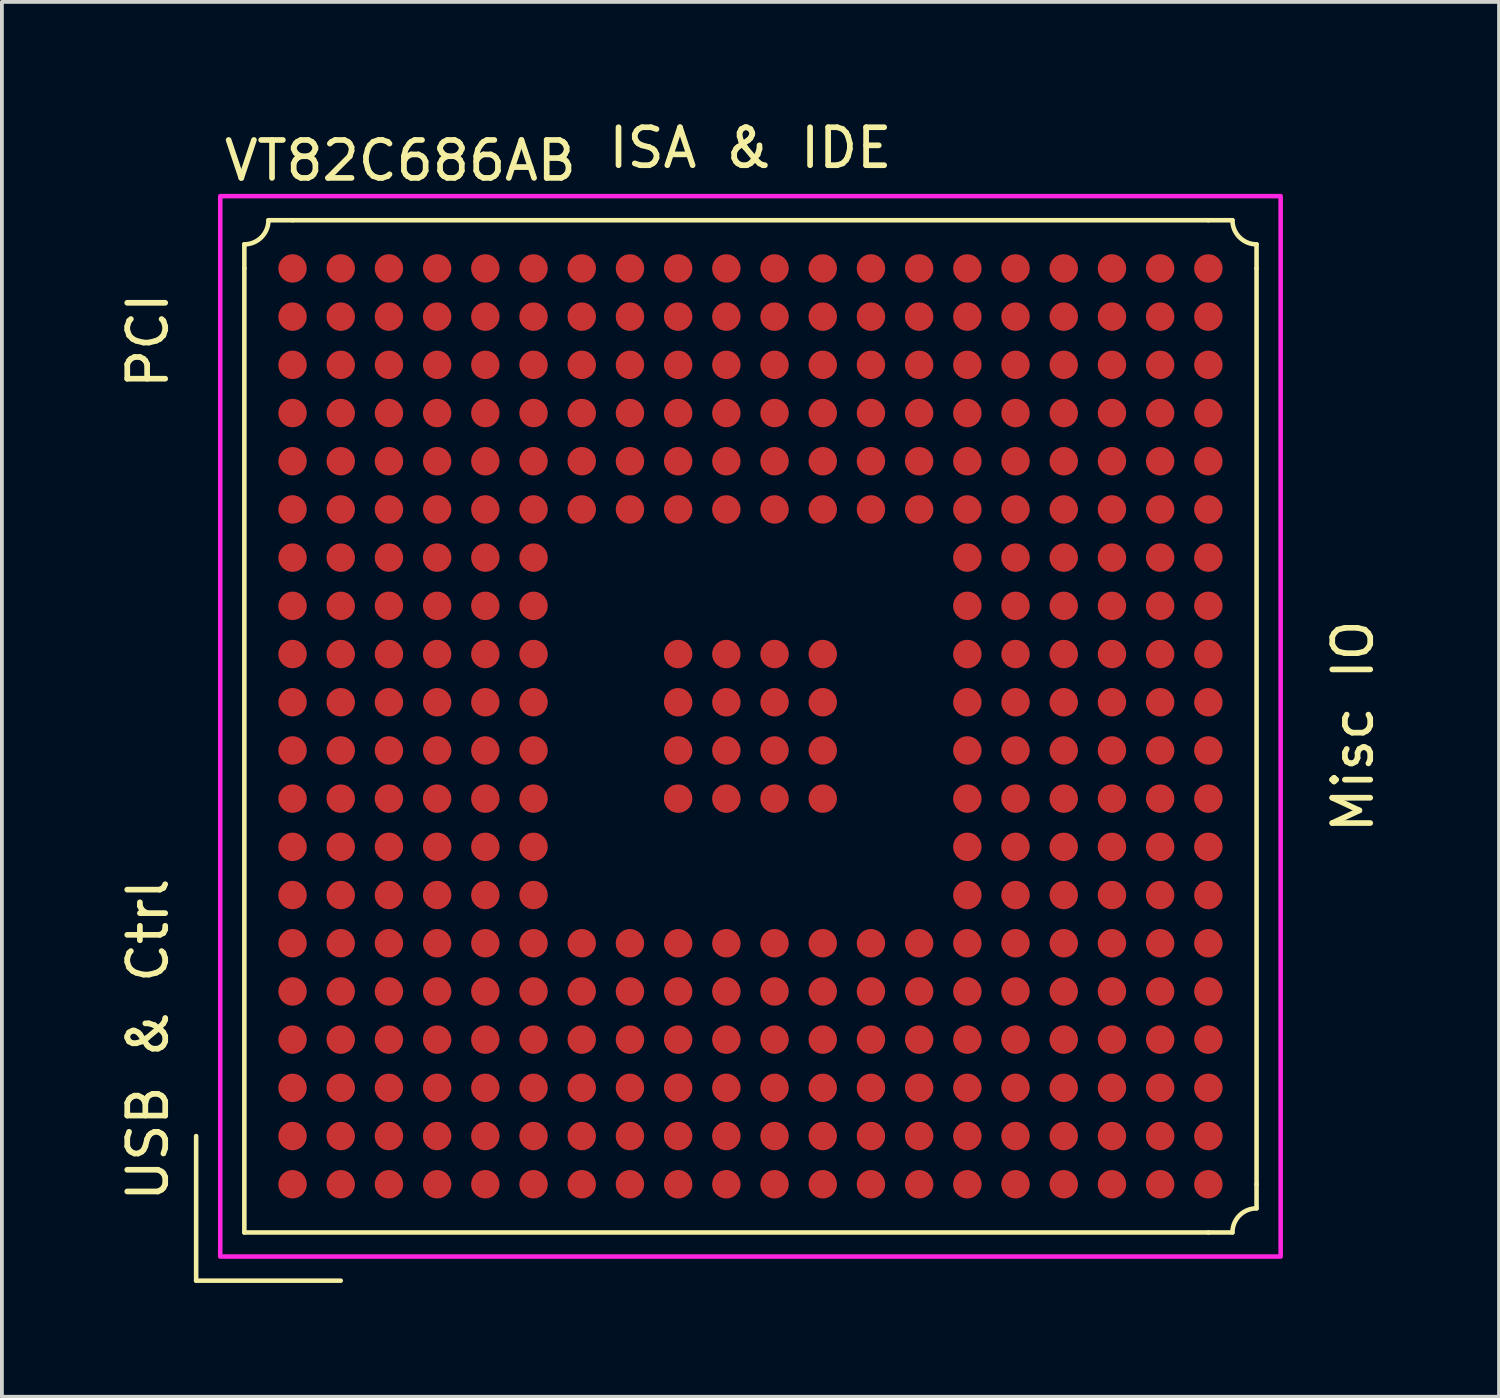
<source format=kicad_pcb>
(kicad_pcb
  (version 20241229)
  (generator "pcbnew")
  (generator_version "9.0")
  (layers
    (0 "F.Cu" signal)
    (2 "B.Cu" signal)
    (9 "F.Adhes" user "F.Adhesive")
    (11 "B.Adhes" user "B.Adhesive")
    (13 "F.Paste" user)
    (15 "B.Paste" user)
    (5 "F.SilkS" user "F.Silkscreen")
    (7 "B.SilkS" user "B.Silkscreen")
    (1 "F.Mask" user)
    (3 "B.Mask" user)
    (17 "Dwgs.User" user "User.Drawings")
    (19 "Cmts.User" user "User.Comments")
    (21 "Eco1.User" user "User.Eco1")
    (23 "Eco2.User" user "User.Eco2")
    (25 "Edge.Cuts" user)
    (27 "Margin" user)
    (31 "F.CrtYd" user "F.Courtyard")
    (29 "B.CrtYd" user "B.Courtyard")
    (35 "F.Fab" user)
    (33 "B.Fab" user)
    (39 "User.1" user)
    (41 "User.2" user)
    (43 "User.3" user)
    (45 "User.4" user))
  (footprint "VT82C686AB"
    (layer "F.Cu")
    (at 4.658 4.023)
    (property "Reference" "VT82C686AB" (at 2.84 -2.84 0) (unlocked yes) (layer "F.SilkS") (effects (font (size 1 1) (thickness 0.15))))
    (attr smd)
    (fp_circle (center 0 0) (end 0 0.3) (stroke (width 0) (type solid)) (fill yes) (layer "F.Mask"))
    (fp_circle (center 0 1.27) (end 0 1.57) (stroke (width 0) (type solid)) (fill yes) (layer "F.Mask"))
    (fp_circle (center 0 2.54) (end 0 2.84) (stroke (width 0) (type solid)) (fill yes) (layer "F.Mask"))
    (fp_circle (center 0 3.81) (end 0 4.11) (stroke (width 0) (type solid)) (fill yes) (layer "F.Mask"))
    (fp_circle (center 0 5.08) (end 0 5.38) (stroke (width 0) (type solid)) (fill yes) (layer "F.Mask"))
    (fp_circle (center 0 6.35) (end 0 6.65) (stroke (width 0) (type solid)) (fill yes) (layer "F.Mask"))
    (fp_circle (center 0 7.62) (end 0 7.92) (stroke (width 0) (type solid)) (fill yes) (layer "F.Mask"))
    (fp_circle (center 0 8.89) (end 0 9.19) (stroke (width 0) (type solid)) (fill yes) (layer "F.Mask"))
    (fp_circle (center 0 10.16) (end 0 10.46) (stroke (width 0) (type solid)) (fill yes) (layer "F.Mask"))
    (fp_circle (center 0 11.43) (end 0 11.73) (stroke (width 0) (type solid)) (fill yes) (layer "F.Mask"))
    (fp_circle (center 0 12.7) (end 0 13) (stroke (width 0) (type solid)) (fill yes) (layer "F.Mask"))
    (fp_circle (center 0 13.97) (end 0 14.27) (stroke (width 0) (type solid)) (fill yes) (layer "F.Mask"))
    (fp_circle (center 0 15.24) (end 0 15.54) (stroke (width 0) (type solid)) (fill yes) (layer "F.Mask"))
    (fp_circle (center 0 16.51) (end 0 16.81) (stroke (width 0) (type solid)) (fill yes) (layer "F.Mask"))
    (fp_circle (center 0 17.78) (end 0 18.08) (stroke (width 0) (type solid)) (fill yes) (layer "F.Mask"))
    (fp_circle (center 0 19.05) (end 0 19.35) (stroke (width 0) (type solid)) (fill yes) (layer "F.Mask"))
    (fp_circle (center 0 20.32) (end 0 20.62) (stroke (width 0) (type solid)) (fill yes) (layer "F.Mask"))
    (fp_circle (center 0 21.59) (end 0 21.89) (stroke (width 0) (type solid)) (fill yes) (layer "F.Mask"))
    (fp_circle (center 0 22.86) (end 0 23.16) (stroke (width 0) (type solid)) (fill yes) (layer "F.Mask"))
    (fp_circle (center 0 24.13) (end 0 24.43) (stroke (width 0) (type solid)) (fill yes) (layer "F.Mask"))
    (fp_circle (center 1.27 0) (end 1.27 0.3) (stroke (width 0) (type solid)) (fill yes) (layer "F.Mask"))
    (fp_circle (center 1.27 1.27) (end 1.27 1.57) (stroke (width 0) (type solid)) (fill yes) (layer "F.Mask"))
    (fp_circle (center 1.27 2.54) (end 1.27 2.84) (stroke (width 0) (type solid)) (fill yes) (layer "F.Mask"))
    (fp_circle (center 1.27 3.81) (end 1.27 4.11) (stroke (width 0) (type solid)) (fill yes) (layer "F.Mask"))
    (fp_circle (center 1.27 5.08) (end 1.27 5.38) (stroke (width 0) (type solid)) (fill yes) (layer "F.Mask"))
    (fp_circle (center 1.27 6.35) (end 1.27 6.65) (stroke (width 0) (type solid)) (fill yes) (layer "F.Mask"))
    (fp_circle (center 1.27 7.62) (end 1.27 7.92) (stroke (width 0) (type solid)) (fill yes) (layer "F.Mask"))
    (fp_circle (center 1.27 8.89) (end 1.27 9.19) (stroke (width 0) (type solid)) (fill yes) (layer "F.Mask"))
    (fp_circle (center 1.27 10.16) (end 1.27 10.46) (stroke (width 0) (type solid)) (fill yes) (layer "F.Mask"))
    (fp_circle (center 1.27 11.43) (end 1.27 11.73) (stroke (width 0) (type solid)) (fill yes) (layer "F.Mask"))
    (fp_circle (center 1.27 12.7) (end 1.27 13) (stroke (width 0) (type solid)) (fill yes) (layer "F.Mask"))
    (fp_circle (center 1.27 13.97) (end 1.27 14.27) (stroke (width 0) (type solid)) (fill yes) (layer "F.Mask"))
    (fp_circle (center 1.27 15.24) (end 1.27 15.54) (stroke (width 0) (type solid)) (fill yes) (layer "F.Mask"))
    (fp_circle (center 1.27 16.51) (end 1.27 16.81) (stroke (width 0) (type solid)) (fill yes) (layer "F.Mask"))
    (fp_circle (center 1.27 17.78) (end 1.27 18.08) (stroke (width 0) (type solid)) (fill yes) (layer "F.Mask"))
    (fp_circle (center 1.27 19.05) (end 1.27 19.35) (stroke (width 0) (type solid)) (fill yes) (layer "F.Mask"))
    (fp_circle (center 1.27 20.32) (end 1.27 20.62) (stroke (width 0) (type solid)) (fill yes) (layer "F.Mask"))
    (fp_circle (center 1.27 21.59) (end 1.27 21.89) (stroke (width 0) (type solid)) (fill yes) (layer "F.Mask"))
    (fp_circle (center 1.27 22.86) (end 1.27 23.16) (stroke (width 0) (type solid)) (fill yes) (layer "F.Mask"))
    (fp_circle (center 1.27 24.13) (end 1.27 24.43) (stroke (width 0) (type solid)) (fill yes) (layer "F.Mask"))
    (fp_circle (center 2.54 0) (end 2.54 0.3) (stroke (width 0) (type solid)) (fill yes) (layer "F.Mask"))
    (fp_circle (center 2.54 1.27) (end 2.54 1.57) (stroke (width 0) (type solid)) (fill yes) (layer "F.Mask"))
    (fp_circle (center 2.54 2.54) (end 2.54 2.84) (stroke (width 0) (type solid)) (fill yes) (layer "F.Mask"))
    (fp_circle (center 2.54 3.81) (end 2.54 4.11) (stroke (width 0) (type solid)) (fill yes) (layer "F.Mask"))
    (fp_circle (center 2.54 5.08) (end 2.54 5.38) (stroke (width 0) (type solid)) (fill yes) (layer "F.Mask"))
    (fp_circle (center 2.54 6.35) (end 2.54 6.65) (stroke (width 0) (type solid)) (fill yes) (layer "F.Mask"))
    (fp_circle (center 2.54 7.62) (end 2.54 7.92) (stroke (width 0) (type solid)) (fill yes) (layer "F.Mask"))
    (fp_circle (center 2.54 8.89) (end 2.54 9.19) (stroke (width 0) (type solid)) (fill yes) (layer "F.Mask"))
    (fp_circle (center 2.54 10.16) (end 2.54 10.46) (stroke (width 0) (type solid)) (fill yes) (layer "F.Mask"))
    (fp_circle (center 2.54 11.43) (end 2.54 11.73) (stroke (width 0) (type solid)) (fill yes) (layer "F.Mask"))
    (fp_circle (center 2.54 12.7) (end 2.54 13) (stroke (width 0) (type solid)) (fill yes) (layer "F.Mask"))
    (fp_circle (center 2.54 13.97) (end 2.54 14.27) (stroke (width 0) (type solid)) (fill yes) (layer "F.Mask"))
    (fp_circle (center 2.54 15.24) (end 2.54 15.54) (stroke (width 0) (type solid)) (fill yes) (layer "F.Mask"))
    (fp_circle (center 2.54 16.51) (end 2.54 16.81) (stroke (width 0) (type solid)) (fill yes) (layer "F.Mask"))
    (fp_circle (center 2.54 17.78) (end 2.54 18.08) (stroke (width 0) (type solid)) (fill yes) (layer "F.Mask"))
    (fp_circle (center 2.54 19.05) (end 2.54 19.35) (stroke (width 0) (type solid)) (fill yes) (layer "F.Mask"))
    (fp_circle (center 2.54 20.32) (end 2.54 20.62) (stroke (width 0) (type solid)) (fill yes) (layer "F.Mask"))
    (fp_circle (center 2.54 21.59) (end 2.54 21.89) (stroke (width 0) (type solid)) (fill yes) (layer "F.Mask"))
    (fp_circle (center 2.54 22.86) (end 2.54 23.16) (stroke (width 0) (type solid)) (fill yes) (layer "F.Mask"))
    (fp_circle (center 2.54 24.13) (end 2.54 24.43) (stroke (width 0) (type solid)) (fill yes) (layer "F.Mask"))
    (fp_circle (center 3.81 0) (end 3.81 0.3) (stroke (width 0) (type solid)) (fill yes) (layer "F.Mask"))
    (fp_circle (center 3.81 1.27) (end 3.81 1.57) (stroke (width 0) (type solid)) (fill yes) (layer "F.Mask"))
    (fp_circle (center 3.81 2.54) (end 3.81 2.84) (stroke (width 0) (type solid)) (fill yes) (layer "F.Mask"))
    (fp_circle (center 3.81 3.81) (end 3.81 4.11) (stroke (width 0) (type solid)) (fill yes) (layer "F.Mask"))
    (fp_circle (center 3.81 5.08) (end 3.81 5.38) (stroke (width 0) (type solid)) (fill yes) (layer "F.Mask"))
    (fp_circle (center 3.81 6.35) (end 3.81 6.65) (stroke (width 0) (type solid)) (fill yes) (layer "F.Mask"))
    (fp_circle (center 3.81 7.62) (end 3.81 7.92) (stroke (width 0) (type solid)) (fill yes) (layer "F.Mask"))
    (fp_circle (center 3.81 8.89) (end 3.81 9.19) (stroke (width 0) (type solid)) (fill yes) (layer "F.Mask"))
    (fp_circle (center 3.81 10.16) (end 3.81 10.46) (stroke (width 0) (type solid)) (fill yes) (layer "F.Mask"))
    (fp_circle (center 3.81 11.43) (end 3.81 11.73) (stroke (width 0) (type solid)) (fill yes) (layer "F.Mask"))
    (fp_circle (center 3.81 12.7) (end 3.81 13) (stroke (width 0) (type solid)) (fill yes) (layer "F.Mask"))
    (fp_circle (center 3.81 13.97) (end 3.81 14.27) (stroke (width 0) (type solid)) (fill yes) (layer "F.Mask"))
    (fp_circle (center 3.81 15.24) (end 3.81 15.54) (stroke (width 0) (type solid)) (fill yes) (layer "F.Mask"))
    (fp_circle (center 3.81 16.51) (end 3.81 16.81) (stroke (width 0) (type solid)) (fill yes) (layer "F.Mask"))
    (fp_circle (center 3.81 17.78) (end 3.81 18.08) (stroke (width 0) (type solid)) (fill yes) (layer "F.Mask"))
    (fp_circle (center 3.81 19.05) (end 3.81 19.35) (stroke (width 0) (type solid)) (fill yes) (layer "F.Mask"))
    (fp_circle (center 3.81 20.32) (end 3.81 20.62) (stroke (width 0) (type solid)) (fill yes) (layer "F.Mask"))
    (fp_circle (center 3.81 21.59) (end 3.81 21.89) (stroke (width 0) (type solid)) (fill yes) (layer "F.Mask"))
    (fp_circle (center 3.81 22.86) (end 3.81 23.16) (stroke (width 0) (type solid)) (fill yes) (layer "F.Mask"))
    (fp_circle (center 3.81 24.13) (end 3.81 24.43) (stroke (width 0) (type solid)) (fill yes) (layer "F.Mask"))
    (fp_circle (center 5.08 0) (end 5.08 0.3) (stroke (width 0) (type solid)) (fill yes) (layer "F.Mask"))
    (fp_circle (center 5.08 1.27) (end 5.08 1.57) (stroke (width 0) (type solid)) (fill yes) (layer "F.Mask"))
    (fp_circle (center 5.08 2.54) (end 5.08 2.84) (stroke (width 0) (type solid)) (fill yes) (layer "F.Mask"))
    (fp_circle (center 5.08 3.81) (end 5.08 4.11) (stroke (width 0) (type solid)) (fill yes) (layer "F.Mask"))
    (fp_circle (center 5.08 5.08) (end 5.08 5.38) (stroke (width 0) (type solid)) (fill yes) (layer "F.Mask"))
    (fp_circle (center 5.08 6.35) (end 5.08 6.65) (stroke (width 0) (type solid)) (fill yes) (layer "F.Mask"))
    (fp_circle (center 5.08 7.62) (end 5.08 7.92) (stroke (width 0) (type solid)) (fill yes) (layer "F.Mask"))
    (fp_circle (center 5.08 8.89) (end 5.08 9.19) (stroke (width 0) (type solid)) (fill yes) (layer "F.Mask"))
    (fp_circle (center 5.08 10.16) (end 5.08 10.46) (stroke (width 0) (type solid)) (fill yes) (layer "F.Mask"))
    (fp_circle (center 5.08 11.43) (end 5.08 11.73) (stroke (width 0) (type solid)) (fill yes) (layer "F.Mask"))
    (fp_circle (center 5.08 12.7) (end 5.08 13) (stroke (width 0) (type solid)) (fill yes) (layer "F.Mask"))
    (fp_circle (center 5.08 13.97) (end 5.08 14.27) (stroke (width 0) (type solid)) (fill yes) (layer "F.Mask"))
    (fp_circle (center 5.08 15.24) (end 5.08 15.54) (stroke (width 0) (type solid)) (fill yes) (layer "F.Mask"))
    (fp_circle (center 5.08 16.51) (end 5.08 16.81) (stroke (width 0) (type solid)) (fill yes) (layer "F.Mask"))
    (fp_circle (center 5.08 17.78) (end 5.08 18.08) (stroke (width 0) (type solid)) (fill yes) (layer "F.Mask"))
    (fp_circle (center 5.08 19.05) (end 5.08 19.35) (stroke (width 0) (type solid)) (fill yes) (layer "F.Mask"))
    (fp_circle (center 5.08 20.32) (end 5.08 20.62) (stroke (width 0) (type solid)) (fill yes) (layer "F.Mask"))
    (fp_circle (center 5.08 21.59) (end 5.08 21.89) (stroke (width 0) (type solid)) (fill yes) (layer "F.Mask"))
    (fp_circle (center 5.08 22.86) (end 5.08 23.16) (stroke (width 0) (type solid)) (fill yes) (layer "F.Mask"))
    (fp_circle (center 5.08 24.13) (end 5.08 24.43) (stroke (width 0) (type solid)) (fill yes) (layer "F.Mask"))
    (fp_circle (center 6.35 0) (end 6.35 0.3) (stroke (width 0) (type solid)) (fill yes) (layer "F.Mask"))
    (fp_circle (center 6.35 1.27) (end 6.35 1.57) (stroke (width 0) (type solid)) (fill yes) (layer "F.Mask"))
    (fp_circle (center 6.35 2.54) (end 6.35 2.84) (stroke (width 0) (type solid)) (fill yes) (layer "F.Mask"))
    (fp_circle (center 6.35 3.81) (end 6.35 4.11) (stroke (width 0) (type solid)) (fill yes) (layer "F.Mask"))
    (fp_circle (center 6.35 5.08) (end 6.35 5.38) (stroke (width 0) (type solid)) (fill yes) (layer "F.Mask"))
    (fp_circle (center 6.35 6.35) (end 6.35 6.65) (stroke (width 0) (type solid)) (fill yes) (layer "F.Mask"))
    (fp_circle (center 6.35 7.62) (end 6.35 7.92) (stroke (width 0) (type solid)) (fill yes) (layer "F.Mask"))
    (fp_circle (center 6.35 8.89) (end 6.35 9.19) (stroke (width 0) (type solid)) (fill yes) (layer "F.Mask"))
    (fp_circle (center 6.35 10.16) (end 6.35 10.46) (stroke (width 0) (type solid)) (fill yes) (layer "F.Mask"))
    (fp_circle (center 6.35 11.43) (end 6.35 11.73) (stroke (width 0) (type solid)) (fill yes) (layer "F.Mask"))
    (fp_circle (center 6.35 12.7) (end 6.35 13) (stroke (width 0) (type solid)) (fill yes) (layer "F.Mask"))
    (fp_circle (center 6.35 13.97) (end 6.35 14.27) (stroke (width 0) (type solid)) (fill yes) (layer "F.Mask"))
    (fp_circle (center 6.35 15.24) (end 6.35 15.54) (stroke (width 0) (type solid)) (fill yes) (layer "F.Mask"))
    (fp_circle (center 6.35 16.51) (end 6.35 16.81) (stroke (width 0) (type solid)) (fill yes) (layer "F.Mask"))
    (fp_circle (center 6.35 17.78) (end 6.35 18.08) (stroke (width 0) (type solid)) (fill yes) (layer "F.Mask"))
    (fp_circle (center 6.35 19.05) (end 6.35 19.35) (stroke (width 0) (type solid)) (fill yes) (layer "F.Mask"))
    (fp_circle (center 6.35 20.32) (end 6.35 20.62) (stroke (width 0) (type solid)) (fill yes) (layer "F.Mask"))
    (fp_circle (center 6.35 21.59) (end 6.35 21.89) (stroke (width 0) (type solid)) (fill yes) (layer "F.Mask"))
    (fp_circle (center 6.35 22.86) (end 6.35 23.16) (stroke (width 0) (type solid)) (fill yes) (layer "F.Mask"))
    (fp_circle (center 6.35 24.13) (end 6.35 24.43) (stroke (width 0) (type solid)) (fill yes) (layer "F.Mask"))
    (fp_circle (center 7.62 0) (end 7.62 0.3) (stroke (width 0) (type solid)) (fill yes) (layer "F.Mask"))
    (fp_circle (center 7.62 1.27) (end 7.62 1.57) (stroke (width 0) (type solid)) (fill yes) (layer "F.Mask"))
    (fp_circle (center 7.62 2.54) (end 7.62 2.84) (stroke (width 0) (type solid)) (fill yes) (layer "F.Mask"))
    (fp_circle (center 7.62 3.81) (end 7.62 4.11) (stroke (width 0) (type solid)) (fill yes) (layer "F.Mask"))
    (fp_circle (center 7.62 5.08) (end 7.62 5.38) (stroke (width 0) (type solid)) (fill yes) (layer "F.Mask"))
    (fp_circle (center 7.62 6.35) (end 7.62 6.65) (stroke (width 0) (type solid)) (fill yes) (layer "F.Mask"))
    (fp_circle (center 7.62 17.78) (end 7.62 18.08) (stroke (width 0) (type solid)) (fill yes) (layer "F.Mask"))
    (fp_circle (center 7.62 19.05) (end 7.62 19.35) (stroke (width 0) (type solid)) (fill yes) (layer "F.Mask"))
    (fp_circle (center 7.62 20.32) (end 7.62 20.62) (stroke (width 0) (type solid)) (fill yes) (layer "F.Mask"))
    (fp_circle (center 7.62 21.59) (end 7.62 21.89) (stroke (width 0) (type solid)) (fill yes) (layer "F.Mask"))
    (fp_circle (center 7.62 22.86) (end 7.62 23.16) (stroke (width 0) (type solid)) (fill yes) (layer "F.Mask"))
    (fp_circle (center 7.62 24.13) (end 7.62 24.43) (stroke (width 0) (type solid)) (fill yes) (layer "F.Mask"))
    (fp_circle (center 8.89 0) (end 8.89 0.3) (stroke (width 0) (type solid)) (fill yes) (layer "F.Mask"))
    (fp_circle (center 8.89 1.27) (end 8.89 1.57) (stroke (width 0) (type solid)) (fill yes) (layer "F.Mask"))
    (fp_circle (center 8.89 2.54) (end 8.89 2.84) (stroke (width 0) (type solid)) (fill yes) (layer "F.Mask"))
    (fp_circle (center 8.89 3.81) (end 8.89 4.11) (stroke (width 0) (type solid)) (fill yes) (layer "F.Mask"))
    (fp_circle (center 8.89 5.08) (end 8.89 5.38) (stroke (width 0) (type solid)) (fill yes) (layer "F.Mask"))
    (fp_circle (center 8.89 6.35) (end 8.89 6.65) (stroke (width 0) (type solid)) (fill yes) (layer "F.Mask"))
    (fp_circle (center 8.89 17.78) (end 8.89 18.08) (stroke (width 0) (type solid)) (fill yes) (layer "F.Mask"))
    (fp_circle (center 8.89 19.05) (end 8.89 19.35) (stroke (width 0) (type solid)) (fill yes) (layer "F.Mask"))
    (fp_circle (center 8.89 20.32) (end 8.89 20.62) (stroke (width 0) (type solid)) (fill yes) (layer "F.Mask"))
    (fp_circle (center 8.89 21.59) (end 8.89 21.89) (stroke (width 0) (type solid)) (fill yes) (layer "F.Mask"))
    (fp_circle (center 8.89 22.86) (end 8.89 23.16) (stroke (width 0) (type solid)) (fill yes) (layer "F.Mask"))
    (fp_circle (center 8.89 24.13) (end 8.89 24.43) (stroke (width 0) (type solid)) (fill yes) (layer "F.Mask"))
    (fp_circle (center 10.16 0) (end 10.16 0.3) (stroke (width 0) (type solid)) (fill yes) (layer "F.Mask"))
    (fp_circle (center 10.16 1.27) (end 10.16 1.57) (stroke (width 0) (type solid)) (fill yes) (layer "F.Mask"))
    (fp_circle (center 10.16 2.54) (end 10.16 2.84) (stroke (width 0) (type solid)) (fill yes) (layer "F.Mask"))
    (fp_circle (center 10.16 3.81) (end 10.16 4.11) (stroke (width 0) (type solid)) (fill yes) (layer "F.Mask"))
    (fp_circle (center 10.16 5.08) (end 10.16 5.38) (stroke (width 0) (type solid)) (fill yes) (layer "F.Mask"))
    (fp_circle (center 10.16 6.35) (end 10.16 6.65) (stroke (width 0) (type solid)) (fill yes) (layer "F.Mask"))
    (fp_circle (center 10.16 10.16) (end 10.16 10.46) (stroke (width 0) (type solid)) (fill yes) (layer "F.Mask"))
    (fp_circle (center 10.16 11.43) (end 10.16 11.73) (stroke (width 0) (type solid)) (fill yes) (layer "F.Mask"))
    (fp_circle (center 10.16 12.7) (end 10.16 13) (stroke (width 0) (type solid)) (fill yes) (layer "F.Mask"))
    (fp_circle (center 10.16 13.97) (end 10.16 14.27) (stroke (width 0) (type solid)) (fill yes) (layer "F.Mask"))
    (fp_circle (center 10.16 17.78) (end 10.16 18.08) (stroke (width 0) (type solid)) (fill yes) (layer "F.Mask"))
    (fp_circle (center 10.16 19.05) (end 10.16 19.35) (stroke (width 0) (type solid)) (fill yes) (layer "F.Mask"))
    (fp_circle (center 10.16 20.32) (end 10.16 20.62) (stroke (width 0) (type solid)) (fill yes) (layer "F.Mask"))
    (fp_circle (center 10.16 21.59) (end 10.16 21.89) (stroke (width 0) (type solid)) (fill yes) (layer "F.Mask"))
    (fp_circle (center 10.16 22.86) (end 10.16 23.16) (stroke (width 0) (type solid)) (fill yes) (layer "F.Mask"))
    (fp_circle (center 10.16 24.13) (end 10.16 24.43) (stroke (width 0) (type solid)) (fill yes) (layer "F.Mask"))
    (fp_circle (center 11.43 0) (end 11.43 0.3) (stroke (width 0) (type solid)) (fill yes) (layer "F.Mask"))
    (fp_circle (center 11.43 1.27) (end 11.43 1.57) (stroke (width 0) (type solid)) (fill yes) (layer "F.Mask"))
    (fp_circle (center 11.43 2.54) (end 11.43 2.84) (stroke (width 0) (type solid)) (fill yes) (layer "F.Mask"))
    (fp_circle (center 11.43 3.81) (end 11.43 4.11) (stroke (width 0) (type solid)) (fill yes) (layer "F.Mask"))
    (fp_circle (center 11.43 5.08) (end 11.43 5.38) (stroke (width 0) (type solid)) (fill yes) (layer "F.Mask"))
    (fp_circle (center 11.43 6.35) (end 11.43 6.65) (stroke (width 0) (type solid)) (fill yes) (layer "F.Mask"))
    (fp_circle (center 11.43 10.16) (end 11.43 10.46) (stroke (width 0) (type solid)) (fill yes) (layer "F.Mask"))
    (fp_circle (center 11.43 11.43) (end 11.43 11.73) (stroke (width 0) (type solid)) (fill yes) (layer "F.Mask"))
    (fp_circle (center 11.43 12.7) (end 11.43 13) (stroke (width 0) (type solid)) (fill yes) (layer "F.Mask"))
    (fp_circle (center 11.43 13.97) (end 11.43 14.27) (stroke (width 0) (type solid)) (fill yes) (layer "F.Mask"))
    (fp_circle (center 11.43 17.78) (end 11.43 18.08) (stroke (width 0) (type solid)) (fill yes) (layer "F.Mask"))
    (fp_circle (center 11.43 19.05) (end 11.43 19.35) (stroke (width 0) (type solid)) (fill yes) (layer "F.Mask"))
    (fp_circle (center 11.43 20.32) (end 11.43 20.62) (stroke (width 0) (type solid)) (fill yes) (layer "F.Mask"))
    (fp_circle (center 11.43 21.59) (end 11.43 21.89) (stroke (width 0) (type solid)) (fill yes) (layer "F.Mask"))
    (fp_circle (center 11.43 22.86) (end 11.43 23.16) (stroke (width 0) (type solid)) (fill yes) (layer "F.Mask"))
    (fp_circle (center 11.43 24.13) (end 11.43 24.43) (stroke (width 0) (type solid)) (fill yes) (layer "F.Mask"))
    (fp_circle (center 12.7 0) (end 12.7 0.3) (stroke (width 0) (type solid)) (fill yes) (layer "F.Mask"))
    (fp_circle (center 12.7 1.27) (end 12.7 1.57) (stroke (width 0) (type solid)) (fill yes) (layer "F.Mask"))
    (fp_circle (center 12.7 2.54) (end 12.7 2.84) (stroke (width 0) (type solid)) (fill yes) (layer "F.Mask"))
    (fp_circle (center 12.7 3.81) (end 12.7 4.11) (stroke (width 0) (type solid)) (fill yes) (layer "F.Mask"))
    (fp_circle (center 12.7 5.08) (end 12.7 5.38) (stroke (width 0) (type solid)) (fill yes) (layer "F.Mask"))
    (fp_circle (center 12.7 6.35) (end 12.7 6.65) (stroke (width 0) (type solid)) (fill yes) (layer "F.Mask"))
    (fp_circle (center 12.7 10.16) (end 12.7 10.46) (stroke (width 0) (type solid)) (fill yes) (layer "F.Mask"))
    (fp_circle (center 12.7 11.43) (end 12.7 11.73) (stroke (width 0) (type solid)) (fill yes) (layer "F.Mask"))
    (fp_circle (center 12.7 12.7) (end 12.7 13) (stroke (width 0) (type solid)) (fill yes) (layer "F.Mask"))
    (fp_circle (center 12.7 13.97) (end 12.7 14.27) (stroke (width 0) (type solid)) (fill yes) (layer "F.Mask"))
    (fp_circle (center 12.7 17.78) (end 12.7 18.08) (stroke (width 0) (type solid)) (fill yes) (layer "F.Mask"))
    (fp_circle (center 12.7 19.05) (end 12.7 19.35) (stroke (width 0) (type solid)) (fill yes) (layer "F.Mask"))
    (fp_circle (center 12.7 20.32) (end 12.7 20.62) (stroke (width 0) (type solid)) (fill yes) (layer "F.Mask"))
    (fp_circle (center 12.7 21.59) (end 12.7 21.89) (stroke (width 0) (type solid)) (fill yes) (layer "F.Mask"))
    (fp_circle (center 12.7 22.86) (end 12.7 23.16) (stroke (width 0) (type solid)) (fill yes) (layer "F.Mask"))
    (fp_circle (center 12.7 24.13) (end 12.7 24.43) (stroke (width 0) (type solid)) (fill yes) (layer "F.Mask"))
    (fp_circle (center 13.97 0) (end 13.97 0.3) (stroke (width 0) (type solid)) (fill yes) (layer "F.Mask"))
    (fp_circle (center 13.97 1.27) (end 13.97 1.57) (stroke (width 0) (type solid)) (fill yes) (layer "F.Mask"))
    (fp_circle (center 13.97 2.54) (end 13.97 2.84) (stroke (width 0) (type solid)) (fill yes) (layer "F.Mask"))
    (fp_circle (center 13.97 3.81) (end 13.97 4.11) (stroke (width 0) (type solid)) (fill yes) (layer "F.Mask"))
    (fp_circle (center 13.97 5.08) (end 13.97 5.38) (stroke (width 0) (type solid)) (fill yes) (layer "F.Mask"))
    (fp_circle (center 13.97 6.35) (end 13.97 6.65) (stroke (width 0) (type solid)) (fill yes) (layer "F.Mask"))
    (fp_circle (center 13.97 10.16) (end 13.97 10.46) (stroke (width 0) (type solid)) (fill yes) (layer "F.Mask"))
    (fp_circle (center 13.97 11.43) (end 13.97 11.73) (stroke (width 0) (type solid)) (fill yes) (layer "F.Mask"))
    (fp_circle (center 13.97 12.7) (end 13.97 13) (stroke (width 0) (type solid)) (fill yes) (layer "F.Mask"))
    (fp_circle (center 13.97 13.97) (end 13.97 14.27) (stroke (width 0) (type solid)) (fill yes) (layer "F.Mask"))
    (fp_circle (center 13.97 17.78) (end 13.97 18.08) (stroke (width 0) (type solid)) (fill yes) (layer "F.Mask"))
    (fp_circle (center 13.97 19.05) (end 13.97 19.35) (stroke (width 0) (type solid)) (fill yes) (layer "F.Mask"))
    (fp_circle (center 13.97 20.32) (end 13.97 20.62) (stroke (width 0) (type solid)) (fill yes) (layer "F.Mask"))
    (fp_circle (center 13.97 21.59) (end 13.97 21.89) (stroke (width 0) (type solid)) (fill yes) (layer "F.Mask"))
    (fp_circle (center 13.97 22.86) (end 13.97 23.16) (stroke (width 0) (type solid)) (fill yes) (layer "F.Mask"))
    (fp_circle (center 13.97 24.13) (end 13.97 24.43) (stroke (width 0) (type solid)) (fill yes) (layer "F.Mask"))
    (fp_circle (center 15.24 0) (end 15.24 0.3) (stroke (width 0) (type solid)) (fill yes) (layer "F.Mask"))
    (fp_circle (center 15.24 1.27) (end 15.24 1.57) (stroke (width 0) (type solid)) (fill yes) (layer "F.Mask"))
    (fp_circle (center 15.24 2.54) (end 15.24 2.84) (stroke (width 0) (type solid)) (fill yes) (layer "F.Mask"))
    (fp_circle (center 15.24 3.81) (end 15.24 4.11) (stroke (width 0) (type solid)) (fill yes) (layer "F.Mask"))
    (fp_circle (center 15.24 5.08) (end 15.24 5.38) (stroke (width 0) (type solid)) (fill yes) (layer "F.Mask"))
    (fp_circle (center 15.24 6.35) (end 15.24 6.65) (stroke (width 0) (type solid)) (fill yes) (layer "F.Mask"))
    (fp_circle (center 15.24 17.78) (end 15.24 18.08) (stroke (width 0) (type solid)) (fill yes) (layer "F.Mask"))
    (fp_circle (center 15.24 19.05) (end 15.24 19.35) (stroke (width 0) (type solid)) (fill yes) (layer "F.Mask"))
    (fp_circle (center 15.24 20.32) (end 15.24 20.62) (stroke (width 0) (type solid)) (fill yes) (layer "F.Mask"))
    (fp_circle (center 15.24 21.59) (end 15.24 21.89) (stroke (width 0) (type solid)) (fill yes) (layer "F.Mask"))
    (fp_circle (center 15.24 22.86) (end 15.24 23.16) (stroke (width 0) (type solid)) (fill yes) (layer "F.Mask"))
    (fp_circle (center 15.24 24.13) (end 15.24 24.43) (stroke (width 0) (type solid)) (fill yes) (layer "F.Mask"))
    (fp_circle (center 16.51 0) (end 16.51 0.3) (stroke (width 0) (type solid)) (fill yes) (layer "F.Mask"))
    (fp_circle (center 16.51 1.27) (end 16.51 1.57) (stroke (width 0) (type solid)) (fill yes) (layer "F.Mask"))
    (fp_circle (center 16.51 2.54) (end 16.51 2.84) (stroke (width 0) (type solid)) (fill yes) (layer "F.Mask"))
    (fp_circle (center 16.51 3.81) (end 16.51 4.11) (stroke (width 0) (type solid)) (fill yes) (layer "F.Mask"))
    (fp_circle (center 16.51 5.08) (end 16.51 5.38) (stroke (width 0) (type solid)) (fill yes) (layer "F.Mask"))
    (fp_circle (center 16.51 6.35) (end 16.51 6.65) (stroke (width 0) (type solid)) (fill yes) (layer "F.Mask"))
    (fp_circle (center 16.51 17.78) (end 16.51 18.08) (stroke (width 0) (type solid)) (fill yes) (layer "F.Mask"))
    (fp_circle (center 16.51 19.05) (end 16.51 19.35) (stroke (width 0) (type solid)) (fill yes) (layer "F.Mask"))
    (fp_circle (center 16.51 20.32) (end 16.51 20.62) (stroke (width 0) (type solid)) (fill yes) (layer "F.Mask"))
    (fp_circle (center 16.51 21.59) (end 16.51 21.89) (stroke (width 0) (type solid)) (fill yes) (layer "F.Mask"))
    (fp_circle (center 16.51 22.86) (end 16.51 23.16) (stroke (width 0) (type solid)) (fill yes) (layer "F.Mask"))
    (fp_circle (center 16.51 24.13) (end 16.51 24.43) (stroke (width 0) (type solid)) (fill yes) (layer "F.Mask"))
    (fp_circle (center 17.78 0) (end 17.78 0.3) (stroke (width 0) (type solid)) (fill yes) (layer "F.Mask"))
    (fp_circle (center 17.78 1.27) (end 17.78 1.57) (stroke (width 0) (type solid)) (fill yes) (layer "F.Mask"))
    (fp_circle (center 17.78 2.54) (end 17.78 2.84) (stroke (width 0) (type solid)) (fill yes) (layer "F.Mask"))
    (fp_circle (center 17.78 3.81) (end 17.78 4.11) (stroke (width 0) (type solid)) (fill yes) (layer "F.Mask"))
    (fp_circle (center 17.78 5.08) (end 17.78 5.38) (stroke (width 0) (type solid)) (fill yes) (layer "F.Mask"))
    (fp_circle (center 17.78 6.35) (end 17.78 6.65) (stroke (width 0) (type solid)) (fill yes) (layer "F.Mask"))
    (fp_circle (center 17.78 7.62) (end 17.78 7.92) (stroke (width 0) (type solid)) (fill yes) (layer "F.Mask"))
    (fp_circle (center 17.78 8.89) (end 17.78 9.19) (stroke (width 0) (type solid)) (fill yes) (layer "F.Mask"))
    (fp_circle (center 17.78 10.16) (end 17.78 10.46) (stroke (width 0) (type solid)) (fill yes) (layer "F.Mask"))
    (fp_circle (center 17.78 11.43) (end 17.78 11.73) (stroke (width 0) (type solid)) (fill yes) (layer "F.Mask"))
    (fp_circle (center 17.78 12.7) (end 17.78 13) (stroke (width 0) (type solid)) (fill yes) (layer "F.Mask"))
    (fp_circle (center 17.78 13.97) (end 17.78 14.27) (stroke (width 0) (type solid)) (fill yes) (layer "F.Mask"))
    (fp_circle (center 17.78 15.24) (end 17.78 15.54) (stroke (width 0) (type solid)) (fill yes) (layer "F.Mask"))
    (fp_circle (center 17.78 16.51) (end 17.78 16.81) (stroke (width 0) (type solid)) (fill yes) (layer "F.Mask"))
    (fp_circle (center 17.78 17.78) (end 17.78 18.08) (stroke (width 0) (type solid)) (fill yes) (layer "F.Mask"))
    (fp_circle (center 17.78 19.05) (end 17.78 19.35) (stroke (width 0) (type solid)) (fill yes) (layer "F.Mask"))
    (fp_circle (center 17.78 20.32) (end 17.78 20.62) (stroke (width 0) (type solid)) (fill yes) (layer "F.Mask"))
    (fp_circle (center 17.78 21.59) (end 17.78 21.89) (stroke (width 0) (type solid)) (fill yes) (layer "F.Mask"))
    (fp_circle (center 17.78 22.86) (end 17.78 23.16) (stroke (width 0) (type solid)) (fill yes) (layer "F.Mask"))
    (fp_circle (center 17.78 24.13) (end 17.78 24.43) (stroke (width 0) (type solid)) (fill yes) (layer "F.Mask"))
    (fp_circle (center 19.05 0) (end 19.05 0.3) (stroke (width 0) (type solid)) (fill yes) (layer "F.Mask"))
    (fp_circle (center 19.05 1.27) (end 19.05 1.57) (stroke (width 0) (type solid)) (fill yes) (layer "F.Mask"))
    (fp_circle (center 19.05 2.54) (end 19.05 2.84) (stroke (width 0) (type solid)) (fill yes) (layer "F.Mask"))
    (fp_circle (center 19.05 3.81) (end 19.05 4.11) (stroke (width 0) (type solid)) (fill yes) (layer "F.Mask"))
    (fp_circle (center 19.05 5.08) (end 19.05 5.38) (stroke (width 0) (type solid)) (fill yes) (layer "F.Mask"))
    (fp_circle (center 19.05 6.35) (end 19.05 6.65) (stroke (width 0) (type solid)) (fill yes) (layer "F.Mask"))
    (fp_circle (center 19.05 7.62) (end 19.05 7.92) (stroke (width 0) (type solid)) (fill yes) (layer "F.Mask"))
    (fp_circle (center 19.05 8.89) (end 19.05 9.19) (stroke (width 0) (type solid)) (fill yes) (layer "F.Mask"))
    (fp_circle (center 19.05 10.16) (end 19.05 10.46) (stroke (width 0) (type solid)) (fill yes) (layer "F.Mask"))
    (fp_circle (center 19.05 11.43) (end 19.05 11.73) (stroke (width 0) (type solid)) (fill yes) (layer "F.Mask"))
    (fp_circle (center 19.05 12.7) (end 19.05 13) (stroke (width 0) (type solid)) (fill yes) (layer "F.Mask"))
    (fp_circle (center 19.05 13.97) (end 19.05 14.27) (stroke (width 0) (type solid)) (fill yes) (layer "F.Mask"))
    (fp_circle (center 19.05 15.24) (end 19.05 15.54) (stroke (width 0) (type solid)) (fill yes) (layer "F.Mask"))
    (fp_circle (center 19.05 16.51) (end 19.05 16.81) (stroke (width 0) (type solid)) (fill yes) (layer "F.Mask"))
    (fp_circle (center 19.05 17.78) (end 19.05 18.08) (stroke (width 0) (type solid)) (fill yes) (layer "F.Mask"))
    (fp_circle (center 19.05 19.05) (end 19.05 19.35) (stroke (width 0) (type solid)) (fill yes) (layer "F.Mask"))
    (fp_circle (center 19.05 20.32) (end 19.05 20.62) (stroke (width 0) (type solid)) (fill yes) (layer "F.Mask"))
    (fp_circle (center 19.05 21.59) (end 19.05 21.89) (stroke (width 0) (type solid)) (fill yes) (layer "F.Mask"))
    (fp_circle (center 19.05 22.86) (end 19.05 23.16) (stroke (width 0) (type solid)) (fill yes) (layer "F.Mask"))
    (fp_circle (center 19.05 24.13) (end 19.05 24.43) (stroke (width 0) (type solid)) (fill yes) (layer "F.Mask"))
    (fp_circle (center 20.32 0) (end 20.32 0.3) (stroke (width 0) (type solid)) (fill yes) (layer "F.Mask"))
    (fp_circle (center 20.32 1.27) (end 20.32 1.57) (stroke (width 0) (type solid)) (fill yes) (layer "F.Mask"))
    (fp_circle (center 20.32 2.54) (end 20.32 2.84) (stroke (width 0) (type solid)) (fill yes) (layer "F.Mask"))
    (fp_circle (center 20.32 3.81) (end 20.32 4.11) (stroke (width 0) (type solid)) (fill yes) (layer "F.Mask"))
    (fp_circle (center 20.32 5.08) (end 20.32 5.38) (stroke (width 0) (type solid)) (fill yes) (layer "F.Mask"))
    (fp_circle (center 20.32 6.35) (end 20.32 6.65) (stroke (width 0) (type solid)) (fill yes) (layer "F.Mask"))
    (fp_circle (center 20.32 7.62) (end 20.32 7.92) (stroke (width 0) (type solid)) (fill yes) (layer "F.Mask"))
    (fp_circle (center 20.32 8.89) (end 20.32 9.19) (stroke (width 0) (type solid)) (fill yes) (layer "F.Mask"))
    (fp_circle (center 20.32 10.16) (end 20.32 10.46) (stroke (width 0) (type solid)) (fill yes) (layer "F.Mask"))
    (fp_circle (center 20.32 11.43) (end 20.32 11.73) (stroke (width 0) (type solid)) (fill yes) (layer "F.Mask"))
    (fp_circle (center 20.32 12.7) (end 20.32 13) (stroke (width 0) (type solid)) (fill yes) (layer "F.Mask"))
    (fp_circle (center 20.32 13.97) (end 20.32 14.27) (stroke (width 0) (type solid)) (fill yes) (layer "F.Mask"))
    (fp_circle (center 20.32 15.24) (end 20.32 15.54) (stroke (width 0) (type solid)) (fill yes) (layer "F.Mask"))
    (fp_circle (center 20.32 16.51) (end 20.32 16.81) (stroke (width 0) (type solid)) (fill yes) (layer "F.Mask"))
    (fp_circle (center 20.32 17.78) (end 20.32 18.08) (stroke (width 0) (type solid)) (fill yes) (layer "F.Mask"))
    (fp_circle (center 20.32 19.05) (end 20.32 19.35) (stroke (width 0) (type solid)) (fill yes) (layer "F.Mask"))
    (fp_circle (center 20.32 20.32) (end 20.32 20.62) (stroke (width 0) (type solid)) (fill yes) (layer "F.Mask"))
    (fp_circle (center 20.32 21.59) (end 20.32 21.89) (stroke (width 0) (type solid)) (fill yes) (layer "F.Mask"))
    (fp_circle (center 20.32 22.86) (end 20.32 23.16) (stroke (width 0) (type solid)) (fill yes) (layer "F.Mask"))
    (fp_circle (center 20.32 24.13) (end 20.32 24.43) (stroke (width 0) (type solid)) (fill yes) (layer "F.Mask"))
    (fp_circle (center 21.59 0) (end 21.59 0.3) (stroke (width 0) (type solid)) (fill yes) (layer "F.Mask"))
    (fp_circle (center 21.59 1.27) (end 21.59 1.57) (stroke (width 0) (type solid)) (fill yes) (layer "F.Mask"))
    (fp_circle (center 21.59 2.54) (end 21.59 2.84) (stroke (width 0) (type solid)) (fill yes) (layer "F.Mask"))
    (fp_circle (center 21.59 3.81) (end 21.59 4.11) (stroke (width 0) (type solid)) (fill yes) (layer "F.Mask"))
    (fp_circle (center 21.59 5.08) (end 21.59 5.38) (stroke (width 0) (type solid)) (fill yes) (layer "F.Mask"))
    (fp_circle (center 21.59 6.35) (end 21.59 6.65) (stroke (width 0) (type solid)) (fill yes) (layer "F.Mask"))
    (fp_circle (center 21.59 7.62) (end 21.59 7.92) (stroke (width 0) (type solid)) (fill yes) (layer "F.Mask"))
    (fp_circle (center 21.59 8.89) (end 21.59 9.19) (stroke (width 0) (type solid)) (fill yes) (layer "F.Mask"))
    (fp_circle (center 21.59 10.16) (end 21.59 10.46) (stroke (width 0) (type solid)) (fill yes) (layer "F.Mask"))
    (fp_circle (center 21.59 11.43) (end 21.59 11.73) (stroke (width 0) (type solid)) (fill yes) (layer "F.Mask"))
    (fp_circle (center 21.59 12.7) (end 21.59 13) (stroke (width 0) (type solid)) (fill yes) (layer "F.Mask"))
    (fp_circle (center 21.59 13.97) (end 21.59 14.27) (stroke (width 0) (type solid)) (fill yes) (layer "F.Mask"))
    (fp_circle (center 21.59 15.24) (end 21.59 15.54) (stroke (width 0) (type solid)) (fill yes) (layer "F.Mask"))
    (fp_circle (center 21.59 16.51) (end 21.59 16.81) (stroke (width 0) (type solid)) (fill yes) (layer "F.Mask"))
    (fp_circle (center 21.59 17.78) (end 21.59 18.08) (stroke (width 0) (type solid)) (fill yes) (layer "F.Mask"))
    (fp_circle (center 21.59 19.05) (end 21.59 19.35) (stroke (width 0) (type solid)) (fill yes) (layer "F.Mask"))
    (fp_circle (center 21.59 20.32) (end 21.59 20.62) (stroke (width 0) (type solid)) (fill yes) (layer "F.Mask"))
    (fp_circle (center 21.59 21.59) (end 21.59 21.89) (stroke (width 0) (type solid)) (fill yes) (layer "F.Mask"))
    (fp_circle (center 21.59 22.86) (end 21.59 23.16) (stroke (width 0) (type solid)) (fill yes) (layer "F.Mask"))
    (fp_circle (center 21.59 24.13) (end 21.59 24.43) (stroke (width 0) (type solid)) (fill yes) (layer "F.Mask"))
    (fp_circle (center 22.86 0) (end 22.86 0.3) (stroke (width 0) (type solid)) (fill yes) (layer "F.Mask"))
    (fp_circle (center 22.86 1.27) (end 22.86 1.57) (stroke (width 0) (type solid)) (fill yes) (layer "F.Mask"))
    (fp_circle (center 22.86 2.54) (end 22.86 2.84) (stroke (width 0) (type solid)) (fill yes) (layer "F.Mask"))
    (fp_circle (center 22.86 3.81) (end 22.86 4.11) (stroke (width 0) (type solid)) (fill yes) (layer "F.Mask"))
    (fp_circle (center 22.86 5.08) (end 22.86 5.38) (stroke (width 0) (type solid)) (fill yes) (layer "F.Mask"))
    (fp_circle (center 22.86 6.35) (end 22.86 6.65) (stroke (width 0) (type solid)) (fill yes) (layer "F.Mask"))
    (fp_circle (center 22.86 7.62) (end 22.86 7.92) (stroke (width 0) (type solid)) (fill yes) (layer "F.Mask"))
    (fp_circle (center 22.86 8.89) (end 22.86 9.19) (stroke (width 0) (type solid)) (fill yes) (layer "F.Mask"))
    (fp_circle (center 22.86 10.16) (end 22.86 10.46) (stroke (width 0) (type solid)) (fill yes) (layer "F.Mask"))
    (fp_circle (center 22.86 11.43) (end 22.86 11.73) (stroke (width 0) (type solid)) (fill yes) (layer "F.Mask"))
    (fp_circle (center 22.86 12.7) (end 22.86 13) (stroke (width 0) (type solid)) (fill yes) (layer "F.Mask"))
    (fp_circle (center 22.86 13.97) (end 22.86 14.27) (stroke (width 0) (type solid)) (fill yes) (layer "F.Mask"))
    (fp_circle (center 22.86 15.24) (end 22.86 15.54) (stroke (width 0) (type solid)) (fill yes) (layer "F.Mask"))
    (fp_circle (center 22.86 16.51) (end 22.86 16.81) (stroke (width 0) (type solid)) (fill yes) (layer "F.Mask"))
    (fp_circle (center 22.86 17.78) (end 22.86 18.08) (stroke (width 0) (type solid)) (fill yes) (layer "F.Mask"))
    (fp_circle (center 22.86 19.05) (end 22.86 19.35) (stroke (width 0) (type solid)) (fill yes) (layer "F.Mask"))
    (fp_circle (center 22.86 20.32) (end 22.86 20.62) (stroke (width 0) (type solid)) (fill yes) (layer "F.Mask"))
    (fp_circle (center 22.86 21.59) (end 22.86 21.89) (stroke (width 0) (type solid)) (fill yes) (layer "F.Mask"))
    (fp_circle (center 22.86 22.86) (end 22.86 23.16) (stroke (width 0) (type solid)) (fill yes) (layer "F.Mask"))
    (fp_circle (center 22.86 24.13) (end 22.86 24.43) (stroke (width 0) (type solid)) (fill yes) (layer "F.Mask"))
    (fp_circle (center 24.13 0) (end 24.13 0.3) (stroke (width 0) (type solid)) (fill yes) (layer "F.Mask"))
    (fp_circle (center 24.13 1.27) (end 24.13 1.57) (stroke (width 0) (type solid)) (fill yes) (layer "F.Mask"))
    (fp_circle (center 24.13 2.54) (end 24.13 2.84) (stroke (width 0) (type solid)) (fill yes) (layer "F.Mask"))
    (fp_circle (center 24.13 3.81) (end 24.13 4.11) (stroke (width 0) (type solid)) (fill yes) (layer "F.Mask"))
    (fp_circle (center 24.13 5.08) (end 24.13 5.38) (stroke (width 0) (type solid)) (fill yes) (layer "F.Mask"))
    (fp_circle (center 24.13 6.35) (end 24.13 6.65) (stroke (width 0) (type solid)) (fill yes) (layer "F.Mask"))
    (fp_circle (center 24.13 7.62) (end 24.13 7.92) (stroke (width 0) (type solid)) (fill yes) (layer "F.Mask"))
    (fp_circle (center 24.13 8.89) (end 24.13 9.19) (stroke (width 0) (type solid)) (fill yes) (layer "F.Mask"))
    (fp_circle (center 24.13 10.16) (end 24.13 10.46) (stroke (width 0) (type solid)) (fill yes) (layer "F.Mask"))
    (fp_circle (center 24.13 11.43) (end 24.13 11.73) (stroke (width 0) (type solid)) (fill yes) (layer "F.Mask"))
    (fp_circle (center 24.13 12.7) (end 24.13 13) (stroke (width 0) (type solid)) (fill yes) (layer "F.Mask"))
    (fp_circle (center 24.13 13.97) (end 24.13 14.27) (stroke (width 0) (type solid)) (fill yes) (layer "F.Mask"))
    (fp_circle (center 24.13 15.24) (end 24.13 15.54) (stroke (width 0) (type solid)) (fill yes) (layer "F.Mask"))
    (fp_circle (center 24.13 16.51) (end 24.13 16.81) (stroke (width 0) (type solid)) (fill yes) (layer "F.Mask"))
    (fp_circle (center 24.13 17.78) (end 24.13 18.08) (stroke (width 0) (type solid)) (fill yes) (layer "F.Mask"))
    (fp_circle (center 24.13 19.05) (end 24.13 19.35) (stroke (width 0) (type solid)) (fill yes) (layer "F.Mask"))
    (fp_circle (center 24.13 20.32) (end 24.13 20.62) (stroke (width 0) (type solid)) (fill yes) (layer "F.Mask"))
    (fp_circle (center 24.13 21.59) (end 24.13 21.89) (stroke (width 0) (type solid)) (fill yes) (layer "F.Mask"))
    (fp_circle (center 24.13 22.86) (end 24.13 23.16) (stroke (width 0) (type solid)) (fill yes) (layer "F.Mask"))
    (fp_circle (center 24.13 24.13) (end 24.13 24.43) (stroke (width 0) (type solid)) (fill yes) (layer "F.Mask"))
    (fp_line (start -2.54 26.67) (end -2.54 22.86) (stroke (width 0.12) (type solid)) (layer "F.SilkS"))
    (fp_line (start -2.54 26.67) (end 1.27 26.67) (stroke (width 0.12) (type solid)) (layer "F.SilkS"))
    (fp_line (start -1.27 -0.635) (end -1.27 0) (stroke (width 0.12) (type solid)) (layer "F.SilkS"))
    (fp_line (start -1.27 0) (end -1.27 25.4) (stroke (width 0.12) (type solid)) (layer "F.SilkS"))
    (fp_line (start -1.27 25.4) (end 24.13 25.4) (stroke (width 0.12) (type solid)) (layer "F.SilkS"))
    (fp_line (start -0.635 -1.27) (end 0 -1.27) (stroke (width 0.12) (type solid)) (layer "F.SilkS"))
    (fp_line (start 24.13 -1.27) (end 0 -1.27) (stroke (width 0.12) (type solid)) (layer "F.SilkS"))
    (fp_line (start 24.13 -1.27) (end 24.765 -1.27) (stroke (width 0.12) (type solid)) (layer "F.SilkS"))
    (fp_line (start 24.13 25.4) (end 24.765 25.4) (stroke (width 0.12) (type solid)) (layer "F.SilkS"))
    (fp_line (start 25.4 0) (end 25.4 -0.635) (stroke (width 0.12) (type solid)) (layer "F.SilkS"))
    (fp_line (start 25.4 24.13) (end 25.4 0) (stroke (width 0.12) (type solid)) (layer "F.SilkS"))
    (fp_line (start 25.4 24.13) (end 25.4 24.765) (stroke (width 0.12) (type solid)) (layer "F.SilkS"))
    (fp_arc (start -0.635 -1.27) (mid -0.820987 -0.820987) (end -1.27 -0.635) (stroke (width 0.12) (type solid)) (layer "F.SilkS"))
    (fp_arc (start 24.765 25.4) (mid 24.950987 24.950987) (end 25.4 24.765) (stroke (width 0.12) (type solid)) (layer "F.SilkS"))
    (fp_arc (start 25.4 -0.635) (mid 24.950987 -0.820987) (end 24.765 -1.27) (stroke (width 0.12) (type solid)) (layer "F.SilkS"))
    (fp_rect (start -1.905 -1.905) (end 26.035 26.035) (stroke (width 0.12) (type solid)) (fill no) (layer "F.CrtYd"))
    (fp_text user "PCI" (at -3.81 1.905 90) (unlocked yes) (layer "F.SilkS") (effects (font (size 1 1) (thickness 0.15))))
    (fp_text user "ISA & IDE" (at 12.065 -3.175 0) (unlocked yes) (layer "F.SilkS") (effects (font (size 1 1) (thickness 0.15))))
    (fp_text user "Misc IO" (at 27.94 12.065 90) (unlocked yes) (layer "F.SilkS") (effects (font (size 1 1) (thickness 0.15))))
    (fp_text user "USB & Ctrl" (at -3.81 20.32 90) (unlocked yes) (layer "F.SilkS") (effects (font (size 1 1) (thickness 0.15))))
    (pad "A1" smd circle (at 0 24.13 90) (size 0.75 0.75) (layers "F.Cu"))
    (pad "A2" smd circle (at 0 22.86 90) (size 0.75 0.75) (layers "F.Cu"))
    (pad "A3" smd circle (at 0 21.59 90) (size 0.75 0.75) (layers "F.Cu"))
    (pad "A4" smd circle (at 0 20.32 90) (size 0.75 0.75) (layers "F.Cu"))
    (pad "A5" smd circle (at 0 19.05 90) (size 0.75 0.75) (layers "F.Cu"))
    (pad "A6" smd circle (at 0 17.78 90) (size 0.75 0.75) (layers "F.Cu"))
    (pad "A7" smd circle (at 0 16.51 90) (size 0.75 0.75) (layers "F.Cu"))
    (pad "A8" smd circle (at 0 15.24 90) (size 0.75 0.75) (layers "F.Cu"))
    (pad "A9" smd circle (at 0 13.97 90) (size 0.75 0.75) (layers "F.Cu"))
    (pad "A10" smd circle (at 0 12.7 90) (size 0.75 0.75) (layers "F.Cu"))
    (pad "A11" smd circle (at 0 11.43 90) (size 0.75 0.75) (layers "F.Cu"))
    (pad "A12" smd circle (at 0 10.16 90) (size 0.75 0.75) (layers "F.Cu"))
    (pad "A13" smd circle (at 0 8.89 90) (size 0.75 0.75) (layers "F.Cu"))
    (pad "A14" smd circle (at 0 7.62 90) (size 0.75 0.75) (layers "F.Cu"))
    (pad "A15" smd circle (at 0 6.35 90) (size 0.75 0.75) (layers "F.Cu"))
    (pad "A16" smd circle (at 0 5.08 90) (size 0.75 0.75) (layers "F.Cu"))
    (pad "A17" smd circle (at 0 3.81 90) (size 0.75 0.75) (layers "F.Cu"))
    (pad "A18" smd circle (at 0 2.54 90) (size 0.75 0.75) (layers "F.Cu"))
    (pad "A19" smd circle (at 0 1.27 90) (size 0.75 0.75) (layers "F.Cu"))
    (pad "A20" smd circle (at 0 0 90) (size 0.75 0.75) (layers "F.Cu"))
    (pad "B1" smd circle (at 1.27 24.13 90) (size 0.75 0.75) (layers "F.Cu"))
    (pad "B2" smd circle (at 1.27 22.86 90) (size 0.75 0.75) (layers "F.Cu"))
    (pad "B3" smd circle (at 1.27 21.59 90) (size 0.75 0.75) (layers "F.Cu"))
    (pad "B4" smd circle (at 1.27 20.32 90) (size 0.75 0.75) (layers "F.Cu"))
    (pad "B5" smd circle (at 1.27 19.05 90) (size 0.75 0.75) (layers "F.Cu"))
    (pad "B6" smd circle (at 1.27 17.78 90) (size 0.75 0.75) (layers "F.Cu"))
    (pad "B7" smd circle (at 1.27 16.51 90) (size 0.75 0.75) (layers "F.Cu"))
    (pad "B8" smd circle (at 1.27 15.24 90) (size 0.75 0.75) (layers "F.Cu"))
    (pad "B9" smd circle (at 1.27 13.97 90) (size 0.75 0.75) (layers "F.Cu"))
    (pad "B10" smd circle (at 1.27 12.7 90) (size 0.75 0.75) (layers "F.Cu"))
    (pad "B11" smd circle (at 1.27 11.43 90) (size 0.75 0.75) (layers "F.Cu"))
    (pad "B12" smd circle (at 1.27 10.16 90) (size 0.75 0.75) (layers "F.Cu"))
    (pad "B13" smd circle (at 1.27 8.89 90) (size 0.75 0.75) (layers "F.Cu"))
    (pad "B14" smd circle (at 1.27 7.62 90) (size 0.75 0.75) (layers "F.Cu"))
    (pad "B15" smd circle (at 1.27 6.35 90) (size 0.75 0.75) (layers "F.Cu"))
    (pad "B16" smd circle (at 1.27 5.08 90) (size 0.75 0.75) (layers "F.Cu"))
    (pad "B17" smd circle (at 1.27 3.81 90) (size 0.75 0.75) (layers "F.Cu"))
    (pad "B18" smd circle (at 1.27 2.54 90) (size 0.75 0.75) (layers "F.Cu"))
    (pad "B19" smd circle (at 1.27 1.27 90) (size 0.75 0.75) (layers "F.Cu"))
    (pad "B20" smd circle (at 1.27 0 90) (size 0.75 0.75) (layers "F.Cu"))
    (pad "C1" smd circle (at 2.54 24.13 90) (size 0.75 0.75) (layers "F.Cu"))
    (pad "C2" smd circle (at 2.54 22.86 90) (size 0.75 0.75) (layers "F.Cu"))
    (pad "C3" smd circle (at 2.54 21.59 90) (size 0.75 0.75) (layers "F.Cu"))
    (pad "C4" smd circle (at 2.54 20.32 90) (size 0.75 0.75) (layers "F.Cu"))
    (pad "C5" smd circle (at 2.54 19.05 90) (size 0.75 0.75) (layers "F.Cu"))
    (pad "C6" smd circle (at 2.54 17.78 90) (size 0.75 0.75) (layers "F.Cu"))
    (pad "C7" smd circle (at 2.54 16.51 90) (size 0.75 0.75) (layers "F.Cu"))
    (pad "C8" smd circle (at 2.54 15.24 90) (size 0.75 0.75) (layers "F.Cu"))
    (pad "C9" smd circle (at 2.54 13.97 90) (size 0.75 0.75) (layers "F.Cu"))
    (pad "C10" smd circle (at 2.54 12.7 90) (size 0.75 0.75) (layers "F.Cu"))
    (pad "C11" smd circle (at 2.54 11.43 90) (size 0.75 0.75) (layers "F.Cu"))
    (pad "C12" smd circle (at 2.54 10.16 90) (size 0.75 0.75) (layers "F.Cu"))
    (pad "C13" smd circle (at 2.54 8.89 90) (size 0.75 0.75) (layers "F.Cu"))
    (pad "C14" smd circle (at 2.54 7.62 90) (size 0.75 0.75) (layers "F.Cu"))
    (pad "C15" smd circle (at 2.54 6.35 90) (size 0.75 0.75) (layers "F.Cu"))
    (pad "C16" smd circle (at 2.54 5.08 90) (size 0.75 0.75) (layers "F.Cu"))
    (pad "C17" smd circle (at 2.54 3.81 90) (size 0.75 0.75) (layers "F.Cu"))
    (pad "C18" smd circle (at 2.54 2.54 90) (size 0.75 0.75) (layers "F.Cu"))
    (pad "C19" smd circle (at 2.54 1.27 90) (size 0.75 0.75) (layers "F.Cu"))
    (pad "C20" smd circle (at 2.54 0 90) (size 0.75 0.75) (layers "F.Cu"))
    (pad "D1" smd circle (at 3.81 24.13 90) (size 0.75 0.75) (layers "F.Cu"))
    (pad "D2" smd circle (at 3.81 22.86 90) (size 0.75 0.75) (layers "F.Cu"))
    (pad "D3" smd circle (at 3.81 21.59 90) (size 0.75 0.75) (layers "F.Cu"))
    (pad "D4" smd circle (at 3.81 20.32 90) (size 0.75 0.75) (layers "F.Cu"))
    (pad "D5" smd circle (at 3.81 19.05 90) (size 0.75 0.75) (layers "F.Cu"))
    (pad "D6" smd circle (at 3.81 17.78 90) (size 0.75 0.75) (layers "F.Cu"))
    (pad "D7" smd circle (at 3.81 16.51 90) (size 0.75 0.75) (layers "F.Cu"))
    (pad "D8" smd circle (at 3.81 15.24 90) (size 0.75 0.75) (layers "F.Cu"))
    (pad "D9" smd circle (at 3.81 13.97 90) (size 0.75 0.75) (layers "F.Cu"))
    (pad "D10" smd circle (at 3.81 12.7 90) (size 0.75 0.75) (layers "F.Cu"))
    (pad "D11" smd circle (at 3.81 11.43 90) (size 0.75 0.75) (layers "F.Cu"))
    (pad "D12" smd circle (at 3.81 10.16 90) (size 0.75 0.75) (layers "F.Cu"))
    (pad "D13" smd circle (at 3.81 8.89 90) (size 0.75 0.75) (layers "F.Cu"))
    (pad "D14" smd circle (at 3.81 7.62 90) (size 0.75 0.75) (layers "F.Cu"))
    (pad "D15" smd circle (at 3.81 6.35 90) (size 0.75 0.75) (layers "F.Cu"))
    (pad "D16" smd circle (at 3.81 5.08 90) (size 0.75 0.75) (layers "F.Cu"))
    (pad "D17" smd circle (at 3.81 3.81 90) (size 0.75 0.75) (layers "F.Cu"))
    (pad "D18" smd circle (at 3.81 2.54 90) (size 0.75 0.75) (layers "F.Cu"))
    (pad "D19" smd circle (at 3.81 1.27 90) (size 0.75 0.75) (layers "F.Cu"))
    (pad "D20" smd circle (at 3.81 0 90) (size 0.75 0.75) (layers "F.Cu"))
    (pad "E1" smd circle (at 5.08 24.13 90) (size 0.75 0.75) (layers "F.Cu"))
    (pad "E2" smd circle (at 5.08 22.86 90) (size 0.75 0.75) (layers "F.Cu"))
    (pad "E3" smd circle (at 5.08 21.59 90) (size 0.75 0.75) (layers "F.Cu"))
    (pad "E4" smd circle (at 5.08 20.32 90) (size 0.75 0.75) (layers "F.Cu"))
    (pad "E5" smd circle (at 5.08 19.05 90) (size 0.75 0.75) (layers "F.Cu"))
    (pad "E6" smd circle (at 5.08 17.78 90) (size 0.75 0.75) (layers "F.Cu"))
    (pad "E7" smd circle (at 5.08 16.51 90) (size 0.75 0.75) (layers "F.Cu"))
    (pad "E8" smd circle (at 5.08 15.24 90) (size 0.75 0.75) (layers "F.Cu"))
    (pad "E9" smd circle (at 5.08 13.97 90) (size 0.75 0.75) (layers "F.Cu"))
    (pad "E10" smd circle (at 5.08 12.7 90) (size 0.75 0.75) (layers "F.Cu"))
    (pad "E11" smd circle (at 5.08 11.43 90) (size 0.75 0.75) (layers "F.Cu"))
    (pad "E12" smd circle (at 5.08 10.16 90) (size 0.75 0.75) (layers "F.Cu"))
    (pad "E13" smd circle (at 5.08 8.89 90) (size 0.75 0.75) (layers "F.Cu"))
    (pad "E14" smd circle (at 5.08 7.62 90) (size 0.75 0.75) (layers "F.Cu"))
    (pad "E15" smd circle (at 5.08 6.35 90) (size 0.75 0.75) (layers "F.Cu"))
    (pad "E16" smd circle (at 5.08 5.08 90) (size 0.75 0.75) (layers "F.Cu"))
    (pad "E17" smd circle (at 5.08 3.81 90) (size 0.75 0.75) (layers "F.Cu"))
    (pad "E18" smd circle (at 5.08 2.54 90) (size 0.75 0.75) (layers "F.Cu"))
    (pad "E19" smd circle (at 5.08 1.27 90) (size 0.75 0.75) (layers "F.Cu"))
    (pad "E20" smd circle (at 5.08 0 90) (size 0.75 0.75) (layers "F.Cu"))
    (pad "F1" smd circle (at 6.35 24.13 90) (size 0.75 0.75) (layers "F.Cu"))
    (pad "F2" smd circle (at 6.35 22.86 90) (size 0.75 0.75) (layers "F.Cu"))
    (pad "F3" smd circle (at 6.35 21.59 90) (size 0.75 0.75) (layers "F.Cu"))
    (pad "F4" smd circle (at 6.35 20.32 90) (size 0.75 0.75) (layers "F.Cu"))
    (pad "F5" smd circle (at 6.35 19.05 90) (size 0.75 0.75) (layers "F.Cu"))
    (pad "F6" smd circle (at 6.35 17.78 90) (size 0.75 0.75) (layers "F.Cu"))
    (pad "F7" smd circle (at 6.35 16.51 90) (size 0.75 0.75) (layers "F.Cu"))
    (pad "F8" smd circle (at 6.35 15.24 90) (size 0.75 0.75) (layers "F.Cu"))
    (pad "F9" smd circle (at 6.35 13.97 90) (size 0.75 0.75) (layers "F.Cu"))
    (pad "F10" smd circle (at 6.35 12.7 90) (size 0.75 0.75) (layers "F.Cu"))
    (pad "F11" smd circle (at 6.35 11.43 90) (size 0.75 0.75) (layers "F.Cu"))
    (pad "F12" smd circle (at 6.35 10.16 90) (size 0.75 0.75) (layers "F.Cu"))
    (pad "F13" smd circle (at 6.35 8.89 90) (size 0.75 0.75) (layers "F.Cu"))
    (pad "F14" smd circle (at 6.35 7.62 90) (size 0.75 0.75) (layers "F.Cu"))
    (pad "F15" smd circle (at 6.35 6.35 90) (size 0.75 0.75) (layers "F.Cu"))
    (pad "F16" smd circle (at 6.35 5.08 90) (size 0.75 0.75) (layers "F.Cu"))
    (pad "F17" smd circle (at 6.35 3.81 90) (size 0.75 0.75) (layers "F.Cu"))
    (pad "F18" smd circle (at 6.35 2.54 90) (size 0.75 0.75) (layers "F.Cu"))
    (pad "F19" smd circle (at 6.35 1.27 90) (size 0.75 0.75) (layers "F.Cu"))
    (pad "F20" smd circle (at 6.35 0 90) (size 0.75 0.75) (layers "F.Cu"))
    (pad "G1" smd circle (at 7.62 24.13 90) (size 0.75 0.75) (layers "F.Cu"))
    (pad "G2" smd circle (at 7.62 22.86 90) (size 0.75 0.75) (layers "F.Cu"))
    (pad "G3" smd circle (at 7.62 21.59 90) (size 0.75 0.75) (layers "F.Cu"))
    (pad "G4" smd circle (at 7.62 20.32 90) (size 0.75 0.75) (layers "F.Cu"))
    (pad "G5" smd circle (at 7.62 19.05 90) (size 0.75 0.75) (layers "F.Cu"))
    (pad "G6" smd circle (at 7.62 17.78 90) (size 0.75 0.75) (layers "F.Cu"))
    (pad "G15" smd circle (at 7.62 6.35 90) (size 0.75 0.75) (layers "F.Cu"))
    (pad "G16" smd circle (at 7.62 5.08 90) (size 0.75 0.75) (layers "F.Cu"))
    (pad "G17" smd circle (at 7.62 3.81 90) (size 0.75 0.75) (layers "F.Cu"))
    (pad "G18" smd circle (at 7.62 2.54 90) (size 0.75 0.75) (layers "F.Cu"))
    (pad "G19" smd circle (at 7.62 1.27 90) (size 0.75 0.75) (layers "F.Cu"))
    (pad "G20" smd circle (at 7.62 0 90) (size 0.75 0.75) (layers "F.Cu"))
    (pad "H1" smd circle (at 8.89 24.13 90) (size 0.75 0.75) (layers "F.Cu"))
    (pad "H2" smd circle (at 8.89 22.86 90) (size 0.75 0.75) (layers "F.Cu"))
    (pad "H3" smd circle (at 8.89 21.59 90) (size 0.75 0.75) (layers "F.Cu"))
    (pad "H4" smd circle (at 8.89 20.32 90) (size 0.75 0.75) (layers "F.Cu"))
    (pad "H5" smd circle (at 8.89 19.05 90) (size 0.75 0.75) (layers "F.Cu"))
    (pad "H6" smd circle (at 8.89 17.78 90) (size 0.75 0.75) (layers "F.Cu"))
    (pad "H15" smd circle (at 8.89 6.35 90) (size 0.75 0.75) (layers "F.Cu"))
    (pad "H16" smd circle (at 8.89 5.08 90) (size 0.75 0.75) (layers "F.Cu"))
    (pad "H17" smd circle (at 8.89 3.81 90) (size 0.75 0.75) (layers "F.Cu"))
    (pad "H18" smd circle (at 8.89 2.54 90) (size 0.75 0.75) (layers "F.Cu"))
    (pad "H19" smd circle (at 8.89 1.27 90) (size 0.75 0.75) (layers "F.Cu"))
    (pad "H20" smd circle (at 8.89 0 90) (size 0.75 0.75) (layers "F.Cu"))
    (pad "J1" smd circle (at 10.16 24.13 90) (size 0.75 0.75) (layers "F.Cu"))
    (pad "J2" smd circle (at 10.16 22.86 90) (size 0.75 0.75) (layers "F.Cu"))
    (pad "J3" smd circle (at 10.16 21.59 90) (size 0.75 0.75) (layers "F.Cu"))
    (pad "J4" smd circle (at 10.16 20.32 90) (size 0.75 0.75) (layers "F.Cu"))
    (pad "J5" smd circle (at 10.16 19.05 90) (size 0.75 0.75) (layers "F.Cu"))
    (pad "J6" smd circle (at 10.16 17.78 90) (size 0.75 0.75) (layers "F.Cu"))
    (pad "J9" smd circle (at 10.16 13.97 90) (size 0.75 0.75) (layers "F.Cu"))
    (pad "J10" smd circle (at 10.16 12.7 90) (size 0.75 0.75) (layers "F.Cu"))
    (pad "J11" smd circle (at 10.16 11.43 90) (size 0.75 0.75) (layers "F.Cu"))
    (pad "J12" smd circle (at 10.16 10.16 90) (size 0.75 0.75) (layers "F.Cu"))
    (pad "J15" smd circle (at 10.16 6.35 90) (size 0.75 0.75) (layers "F.Cu"))
    (pad "J16" smd circle (at 10.16 5.08 90) (size 0.75 0.75) (layers "F.Cu"))
    (pad "J17" smd circle (at 10.16 3.81 90) (size 0.75 0.75) (layers "F.Cu"))
    (pad "J18" smd circle (at 10.16 2.54 90) (size 0.75 0.75) (layers "F.Cu"))
    (pad "J19" smd circle (at 10.16 1.27 90) (size 0.75 0.75) (layers "F.Cu"))
    (pad "J20" smd circle (at 10.16 0 90) (size 0.75 0.75) (layers "F.Cu"))
    (pad "K1" smd circle (at 11.43 24.13 90) (size 0.75 0.75) (layers "F.Cu"))
    (pad "K2" smd circle (at 11.43 22.86 90) (size 0.75 0.75) (layers "F.Cu"))
    (pad "K3" smd circle (at 11.43 21.59 90) (size 0.75 0.75) (layers "F.Cu"))
    (pad "K4" smd circle (at 11.43 20.32 90) (size 0.75 0.75) (layers "F.Cu"))
    (pad "K5" smd circle (at 11.43 19.05 90) (size 0.75 0.75) (layers "F.Cu"))
    (pad "K6" smd circle (at 11.43 17.78 90) (size 0.75 0.75) (layers "F.Cu"))
    (pad "K9" smd circle (at 11.43 13.97 90) (size 0.75 0.75) (layers "F.Cu"))
    (pad "K10" smd circle (at 11.43 12.7 90) (size 0.75 0.75) (layers "F.Cu"))
    (pad "K11" smd circle (at 11.43 11.43 90) (size 0.75 0.75) (layers "F.Cu"))
    (pad "K12" smd circle (at 11.43 10.16 90) (size 0.75 0.75) (layers "F.Cu"))
    (pad "K15" smd circle (at 11.43 6.35 90) (size 0.75 0.75) (layers "F.Cu"))
    (pad "K16" smd circle (at 11.43 5.08 90) (size 0.75 0.75) (layers "F.Cu"))
    (pad "K17" smd circle (at 11.43 3.81 90) (size 0.75 0.75) (layers "F.Cu"))
    (pad "K18" smd circle (at 11.43 2.54 90) (size 0.75 0.75) (layers "F.Cu"))
    (pad "K19" smd circle (at 11.43 1.27 90) (size 0.75 0.75) (layers "F.Cu"))
    (pad "K20" smd circle (at 11.43 0 90) (size 0.75 0.75) (layers "F.Cu"))
    (pad "L1" smd circle (at 12.7 24.13 90) (size 0.75 0.75) (layers "F.Cu"))
    (pad "L2" smd circle (at 12.7 22.86 90) (size 0.75 0.75) (layers "F.Cu"))
    (pad "L3" smd circle (at 12.7 21.59 90) (size 0.75 0.75) (layers "F.Cu"))
    (pad "L4" smd circle (at 12.7 20.32 90) (size 0.75 0.75) (layers "F.Cu"))
    (pad "L5" smd circle (at 12.7 19.05 90) (size 0.75 0.75) (layers "F.Cu"))
    (pad "L6" smd circle (at 12.7 17.78 90) (size 0.75 0.75) (layers "F.Cu"))
    (pad "L9" smd circle (at 12.7 13.97 90) (size 0.75 0.75) (layers "F.Cu"))
    (pad "L10" smd circle (at 12.7 12.7 90) (size 0.75 0.75) (layers "F.Cu"))
    (pad "L11" smd circle (at 12.7 11.43 90) (size 0.75 0.75) (layers "F.Cu"))
    (pad "L12" smd circle (at 12.7 10.16 90) (size 0.75 0.75) (layers "F.Cu"))
    (pad "L15" smd circle (at 12.7 6.35 90) (size 0.75 0.75) (layers "F.Cu"))
    (pad "L16" smd circle (at 12.7 5.08 90) (size 0.75 0.75) (layers "F.Cu"))
    (pad "L17" smd circle (at 12.7 3.81 90) (size 0.75 0.75) (layers "F.Cu"))
    (pad "L18" smd circle (at 12.7 2.54 90) (size 0.75 0.75) (layers "F.Cu"))
    (pad "L19" smd circle (at 12.7 1.27 90) (size 0.75 0.75) (layers "F.Cu"))
    (pad "L20" smd circle (at 12.7 0 90) (size 0.75 0.75) (layers "F.Cu"))
    (pad "M1" smd circle (at 13.97 24.13 90) (size 0.75 0.75) (layers "F.Cu"))
    (pad "M2" smd circle (at 13.97 22.86 90) (size 0.75 0.75) (layers "F.Cu"))
    (pad "M3" smd circle (at 13.97 21.59 90) (size 0.75 0.75) (layers "F.Cu"))
    (pad "M4" smd circle (at 13.97 20.32 90) (size 0.75 0.75) (layers "F.Cu"))
    (pad "M5" smd circle (at 13.97 19.05 90) (size 0.75 0.75) (layers "F.Cu"))
    (pad "M6" smd circle (at 13.97 17.78 90) (size 0.75 0.75) (layers "F.Cu"))
    (pad "M9" smd circle (at 13.97 13.97 90) (size 0.75 0.75) (layers "F.Cu"))
    (pad "M10" smd circle (at 13.97 12.7 90) (size 0.75 0.75) (layers "F.Cu"))
    (pad "M11" smd circle (at 13.97 11.43 90) (size 0.75 0.75) (layers "F.Cu"))
    (pad "M12" smd circle (at 13.97 10.16 90) (size 0.75 0.75) (layers "F.Cu"))
    (pad "M15" smd circle (at 13.97 6.35 90) (size 0.75 0.75) (layers "F.Cu"))
    (pad "M16" smd circle (at 13.97 5.08 90) (size 0.75 0.75) (layers "F.Cu"))
    (pad "M17" smd circle (at 13.97 3.81 90) (size 0.75 0.75) (layers "F.Cu"))
    (pad "M18" smd circle (at 13.97 2.54 90) (size 0.75 0.75) (layers "F.Cu"))
    (pad "M19" smd circle (at 13.97 1.27 90) (size 0.75 0.75) (layers "F.Cu"))
    (pad "M20" smd circle (at 13.97 0 90) (size 0.75 0.75) (layers "F.Cu"))
    (pad "N1" smd circle (at 15.24 24.13 90) (size 0.75 0.75) (layers "F.Cu"))
    (pad "N2" smd circle (at 15.24 22.86 90) (size 0.75 0.75) (layers "F.Cu"))
    (pad "N3" smd circle (at 15.24 21.59 90) (size 0.75 0.75) (layers "F.Cu"))
    (pad "N4" smd circle (at 15.24 20.32 90) (size 0.75 0.75) (layers "F.Cu"))
    (pad "N5" smd circle (at 15.24 19.05 90) (size 0.75 0.75) (layers "F.Cu"))
    (pad "N6" smd circle (at 15.24 17.78 90) (size 0.75 0.75) (layers "F.Cu"))
    (pad "N15" smd circle (at 15.24 6.35 90) (size 0.75 0.75) (layers "F.Cu"))
    (pad "N16" smd circle (at 15.24 5.08 90) (size 0.75 0.75) (layers "F.Cu"))
    (pad "N17" smd circle (at 15.24 3.81 90) (size 0.75 0.75) (layers "F.Cu"))
    (pad "N18" smd circle (at 15.24 2.54 90) (size 0.75 0.75) (layers "F.Cu"))
    (pad "N19" smd circle (at 15.24 1.27 90) (size 0.75 0.75) (layers "F.Cu"))
    (pad "N20" smd circle (at 15.24 0 90) (size 0.75 0.75) (layers "F.Cu"))
    (pad "P1" smd circle (at 16.51 24.13 90) (size 0.75 0.75) (layers "F.Cu"))
    (pad "P2" smd circle (at 16.51 22.86 90) (size 0.75 0.75) (layers "F.Cu"))
    (pad "P3" smd circle (at 16.51 21.59 90) (size 0.75 0.75) (layers "F.Cu"))
    (pad "P4" smd circle (at 16.51 20.32 90) (size 0.75 0.75) (layers "F.Cu"))
    (pad "P5" smd circle (at 16.51 19.05 90) (size 0.75 0.75) (layers "F.Cu"))
    (pad "P6" smd circle (at 16.51 17.78 90) (size 0.75 0.75) (layers "F.Cu"))
    (pad "P15" smd circle (at 16.51 6.35 90) (size 0.75 0.75) (layers "F.Cu"))
    (pad "P16" smd circle (at 16.51 5.08 90) (size 0.75 0.75) (layers "F.Cu"))
    (pad "P17" smd circle (at 16.51 3.81 90) (size 0.75 0.75) (layers "F.Cu"))
    (pad "P18" smd circle (at 16.51 2.54 90) (size 0.75 0.75) (layers "F.Cu"))
    (pad "P19" smd circle (at 16.51 1.27 90) (size 0.75 0.75) (layers "F.Cu"))
    (pad "P20" smd circle (at 16.51 0 90) (size 0.75 0.75) (layers "F.Cu"))
    (pad "R1" smd circle (at 17.78 24.13 90) (size 0.75 0.75) (layers "F.Cu"))
    (pad "R2" smd circle (at 17.78 22.86 90) (size 0.75 0.75) (layers "F.Cu"))
    (pad "R3" smd circle (at 17.78 21.59 90) (size 0.75 0.75) (layers "F.Cu"))
    (pad "R4" smd circle (at 17.78 20.32 90) (size 0.75 0.75) (layers "F.Cu"))
    (pad "R5" smd circle (at 17.78 19.05 90) (size 0.75 0.75) (layers "F.Cu"))
    (pad "R6" smd circle (at 17.78 17.78 90) (size 0.75 0.75) (layers "F.Cu"))
    (pad "R7" smd circle (at 17.78 16.51 90) (size 0.75 0.75) (layers "F.Cu"))
    (pad "R8" smd circle (at 17.78 15.24 90) (size 0.75 0.75) (layers "F.Cu"))
    (pad "R9" smd circle (at 17.78 13.97 90) (size 0.75 0.75) (layers "F.Cu"))
    (pad "R10" smd circle (at 17.78 12.7 90) (size 0.75 0.75) (layers "F.Cu"))
    (pad "R11" smd circle (at 17.78 11.43 90) (size 0.75 0.75) (layers "F.Cu"))
    (pad "R12" smd circle (at 17.78 10.16 90) (size 0.75 0.75) (layers "F.Cu"))
    (pad "R13" smd circle (at 17.78 8.89 90) (size 0.75 0.75) (layers "F.Cu"))
    (pad "R14" smd circle (at 17.78 7.62 90) (size 0.75 0.75) (layers "F.Cu"))
    (pad "R15" smd circle (at 17.78 6.35 90) (size 0.75 0.75) (layers "F.Cu"))
    (pad "R16" smd circle (at 17.78 5.08 90) (size 0.75 0.75) (layers "F.Cu"))
    (pad "R17" smd circle (at 17.78 3.81 90) (size 0.75 0.75) (layers "F.Cu"))
    (pad "R18" smd circle (at 17.78 2.54 90) (size 0.75 0.75) (layers "F.Cu"))
    (pad "R19" smd circle (at 17.78 1.27 90) (size 0.75 0.75) (layers "F.Cu"))
    (pad "R20" smd circle (at 17.78 0 90) (size 0.75 0.75) (layers "F.Cu"))
    (pad "T1" smd circle (at 19.05 24.13 90) (size 0.75 0.75) (layers "F.Cu"))
    (pad "T2" smd circle (at 19.05 22.86 90) (size 0.75 0.75) (layers "F.Cu"))
    (pad "T3" smd circle (at 19.05 21.59 90) (size 0.75 0.75) (layers "F.Cu"))
    (pad "T4" smd circle (at 19.05 20.32 90) (size 0.75 0.75) (layers "F.Cu"))
    (pad "T5" smd circle (at 19.05 19.05 90) (size 0.75 0.75) (layers "F.Cu"))
    (pad "T6" smd circle (at 19.05 17.78 90) (size 0.75 0.75) (layers "F.Cu"))
    (pad "T7" smd circle (at 19.05 16.51 90) (size 0.75 0.75) (layers "F.Cu"))
    (pad "T8" smd circle (at 19.05 15.24 90) (size 0.75 0.75) (layers "F.Cu"))
    (pad "T9" smd circle (at 19.05 13.97 90) (size 0.75 0.75) (layers "F.Cu"))
    (pad "T10" smd circle (at 19.05 12.7 90) (size 0.75 0.75) (layers "F.Cu"))
    (pad "T11" smd circle (at 19.05 11.43 90) (size 0.75 0.75) (layers "F.Cu"))
    (pad "T12" smd circle (at 19.05 10.16 90) (size 0.75 0.75) (layers "F.Cu"))
    (pad "T13" smd circle (at 19.05 8.89 90) (size 0.75 0.75) (layers "F.Cu"))
    (pad "T14" smd circle (at 19.05 7.62 90) (size 0.75 0.75) (layers "F.Cu"))
    (pad "T15" smd circle (at 19.05 6.35 90) (size 0.75 0.75) (layers "F.Cu"))
    (pad "T16" smd circle (at 19.05 5.08 90) (size 0.75 0.75) (layers "F.Cu"))
    (pad "T17" smd circle (at 19.05 3.81 90) (size 0.75 0.75) (layers "F.Cu"))
    (pad "T18" smd circle (at 19.05 2.54 90) (size 0.75 0.75) (layers "F.Cu"))
    (pad "T19" smd circle (at 19.05 1.27 90) (size 0.75 0.75) (layers "F.Cu"))
    (pad "T20" smd circle (at 19.05 0 90) (size 0.75 0.75) (layers "F.Cu"))
    (pad "U1" smd circle (at 20.32 24.13 90) (size 0.75 0.75) (layers "F.Cu"))
    (pad "U2" smd circle (at 20.32 22.86 90) (size 0.75 0.75) (layers "F.Cu"))
    (pad "U3" smd circle (at 20.32 21.59 90) (size 0.75 0.75) (layers "F.Cu"))
    (pad "U4" smd circle (at 20.32 20.32 90) (size 0.75 0.75) (layers "F.Cu"))
    (pad "U5" smd circle (at 20.32 19.05 90) (size 0.75 0.75) (layers "F.Cu"))
    (pad "U6" smd circle (at 20.32 17.78 90) (size 0.75 0.75) (layers "F.Cu"))
    (pad "U7" smd circle (at 20.32 16.51 90) (size 0.75 0.75) (layers "F.Cu"))
    (pad "U8" smd circle (at 20.32 15.24 90) (size 0.75 0.75) (layers "F.Cu"))
    (pad "U9" smd circle (at 20.32 13.97 90) (size 0.75 0.75) (layers "F.Cu"))
    (pad "U10" smd circle (at 20.32 12.7 90) (size 0.75 0.75) (layers "F.Cu"))
    (pad "U11" smd circle (at 20.32 11.43 90) (size 0.75 0.75) (layers "F.Cu"))
    (pad "U12" smd circle (at 20.32 10.16 90) (size 0.75 0.75) (layers "F.Cu"))
    (pad "U13" smd circle (at 20.32 8.89 90) (size 0.75 0.75) (layers "F.Cu"))
    (pad "U14" smd circle (at 20.32 7.62 90) (size 0.75 0.75) (layers "F.Cu"))
    (pad "U15" smd circle (at 20.32 6.35 90) (size 0.75 0.75) (layers "F.Cu"))
    (pad "U16" smd circle (at 20.32 5.08 90) (size 0.75 0.75) (layers "F.Cu"))
    (pad "U17" smd circle (at 20.32 3.81 90) (size 0.75 0.75) (layers "F.Cu"))
    (pad "U18" smd circle (at 20.32 2.54 90) (size 0.75 0.75) (layers "F.Cu"))
    (pad "U19" smd circle (at 20.32 1.27 90) (size 0.75 0.75) (layers "F.Cu"))
    (pad "U20" smd circle (at 20.32 0 90) (size 0.75 0.75) (layers "F.Cu"))
    (pad "V1" smd circle (at 21.59 24.13 90) (size 0.75 0.75) (layers "F.Cu"))
    (pad "V2" smd circle (at 21.59 22.86 90) (size 0.75 0.75) (layers "F.Cu"))
    (pad "V3" smd circle (at 21.59 21.59 90) (size 0.75 0.75) (layers "F.Cu"))
    (pad "V4" smd circle (at 21.59 20.32 90) (size 0.75 0.75) (layers "F.Cu"))
    (pad "V5" smd circle (at 21.59 19.05 90) (size 0.75 0.75) (layers "F.Cu"))
    (pad "V6" smd circle (at 21.59 17.78 90) (size 0.75 0.75) (layers "F.Cu"))
    (pad "V7" smd circle (at 21.59 16.51 90) (size 0.75 0.75) (layers "F.Cu"))
    (pad "V8" smd circle (at 21.59 15.24 90) (size 0.75 0.75) (layers "F.Cu"))
    (pad "V9" smd circle (at 21.59 13.97 90) (size 0.75 0.75) (layers "F.Cu"))
    (pad "V10" smd circle (at 21.59 12.7 90) (size 0.75 0.75) (layers "F.Cu"))
    (pad "V11" smd circle (at 21.59 11.43 90) (size 0.75 0.75) (layers "F.Cu"))
    (pad "V12" smd circle (at 21.59 10.16 90) (size 0.75 0.75) (layers "F.Cu"))
    (pad "V13" smd circle (at 21.59 8.89 90) (size 0.75 0.75) (layers "F.Cu"))
    (pad "V14" smd circle (at 21.59 7.62 90) (size 0.75 0.75) (layers "F.Cu"))
    (pad "V15" smd circle (at 21.59 6.35 90) (size 0.75 0.75) (layers "F.Cu"))
    (pad "V16" smd circle (at 21.59 5.08 90) (size 0.75 0.75) (layers "F.Cu"))
    (pad "V17" smd circle (at 21.59 3.81 90) (size 0.75 0.75) (layers "F.Cu"))
    (pad "V18" smd circle (at 21.59 2.54 90) (size 0.75 0.75) (layers "F.Cu"))
    (pad "V19" smd circle (at 21.59 1.27 90) (size 0.75 0.75) (layers "F.Cu"))
    (pad "V20" smd circle (at 21.59 0 90) (size 0.75 0.75) (layers "F.Cu"))
    (pad "W1" smd circle (at 22.86 24.13 90) (size 0.75 0.75) (layers "F.Cu"))
    (pad "W2" smd circle (at 22.86 22.86 90) (size 0.75 0.75) (layers "F.Cu"))
    (pad "W3" smd circle (at 22.86 21.59 90) (size 0.75 0.75) (layers "F.Cu"))
    (pad "W4" smd circle (at 22.86 20.32 90) (size 0.75 0.75) (layers "F.Cu"))
    (pad "W5" smd circle (at 22.86 19.05 90) (size 0.75 0.75) (layers "F.Cu"))
    (pad "W6" smd circle (at 22.86 17.78 90) (size 0.75 0.75) (layers "F.Cu"))
    (pad "W7" smd circle (at 22.86 16.51 90) (size 0.75 0.75) (layers "F.Cu"))
    (pad "W8" smd circle (at 22.86 15.24 90) (size 0.75 0.75) (layers "F.Cu"))
    (pad "W9" smd circle (at 22.86 13.97 90) (size 0.75 0.75) (layers "F.Cu"))
    (pad "W10" smd circle (at 22.86 12.7 90) (size 0.75 0.75) (layers "F.Cu"))
    (pad "W11" smd circle (at 22.86 11.43 90) (size 0.75 0.75) (layers "F.Cu"))
    (pad "W12" smd circle (at 22.86 10.16 90) (size 0.75 0.75) (layers "F.Cu"))
    (pad "W13" smd circle (at 22.86 8.89 90) (size 0.75 0.75) (layers "F.Cu"))
    (pad "W14" smd circle (at 22.86 7.62 90) (size 0.75 0.75) (layers "F.Cu"))
    (pad "W15" smd circle (at 22.86 6.35 90) (size 0.75 0.75) (layers "F.Cu"))
    (pad "W16" smd circle (at 22.86 5.08 90) (size 0.75 0.75) (layers "F.Cu"))
    (pad "W17" smd circle (at 22.86 3.81 90) (size 0.75 0.75) (layers "F.Cu"))
    (pad "W18" smd circle (at 22.86 2.54 90) (size 0.75 0.75) (layers "F.Cu"))
    (pad "W19" smd circle (at 22.86 1.27 90) (size 0.75 0.75) (layers "F.Cu"))
    (pad "W20" smd circle (at 22.86 0 90) (size 0.75 0.75) (layers "F.Cu"))
    (pad "Y1" smd circle (at 24.13 24.13 90) (size 0.75 0.75) (layers "F.Cu"))
    (pad "Y2" smd circle (at 24.13 22.86 90) (size 0.75 0.75) (layers "F.Cu"))
    (pad "Y3" smd circle (at 24.13 21.59 90) (size 0.75 0.75) (layers "F.Cu"))
    (pad "Y4" smd circle (at 24.13 20.32 90) (size 0.75 0.75) (layers "F.Cu"))
    (pad "Y5" smd circle (at 24.13 19.05 90) (size 0.75 0.75) (layers "F.Cu"))
    (pad "Y6" smd circle (at 24.13 17.78 90) (size 0.75 0.75) (layers "F.Cu"))
    (pad "Y7" smd circle (at 24.13 16.51 90) (size 0.75 0.75) (layers "F.Cu"))
    (pad "Y8" smd circle (at 24.13 15.24 90) (size 0.75 0.75) (layers "F.Cu"))
    (pad "Y9" smd circle (at 24.13 13.97 90) (size 0.75 0.75) (layers "F.Cu"))
    (pad "Y10" smd circle (at 24.13 12.7 90) (size 0.75 0.75) (layers "F.Cu"))
    (pad "Y11" smd circle (at 24.13 11.43 90) (size 0.75 0.75) (layers "F.Cu"))
    (pad "Y12" smd circle (at 24.13 10.16 90) (size 0.75 0.75) (layers "F.Cu"))
    (pad "Y13" smd circle (at 24.13 8.89 90) (size 0.75 0.75) (layers "F.Cu"))
    (pad "Y14" smd circle (at 24.13 7.62 90) (size 0.75 0.75) (layers "F.Cu"))
    (pad "Y15" smd circle (at 24.13 6.35 90) (size 0.75 0.75) (layers "F.Cu"))
    (pad "Y16" smd circle (at 24.13 5.08 90) (size 0.75 0.75) (layers "F.Cu"))
    (pad "Y17" smd circle (at 24.13 3.81 90) (size 0.75 0.75) (layers "F.Cu"))
    (pad "Y18" smd circle (at 24.13 2.54 90) (size 0.75 0.75) (layers "F.Cu"))
    (pad "Y19" smd circle (at 24.13 1.27 90) (size 0.75 0.75) (layers "F.Cu"))
    (pad "Y20" smd circle (at 24.13 0 90) (size 0.75 0.75) (layers "F.Cu")))
  (gr_rect
    (start -3 -3)
    (end 36.447 33.753)
    (stroke (width 0.1) (type default))
    (fill no)
    (layer "Edge.Cuts")))
</source>
